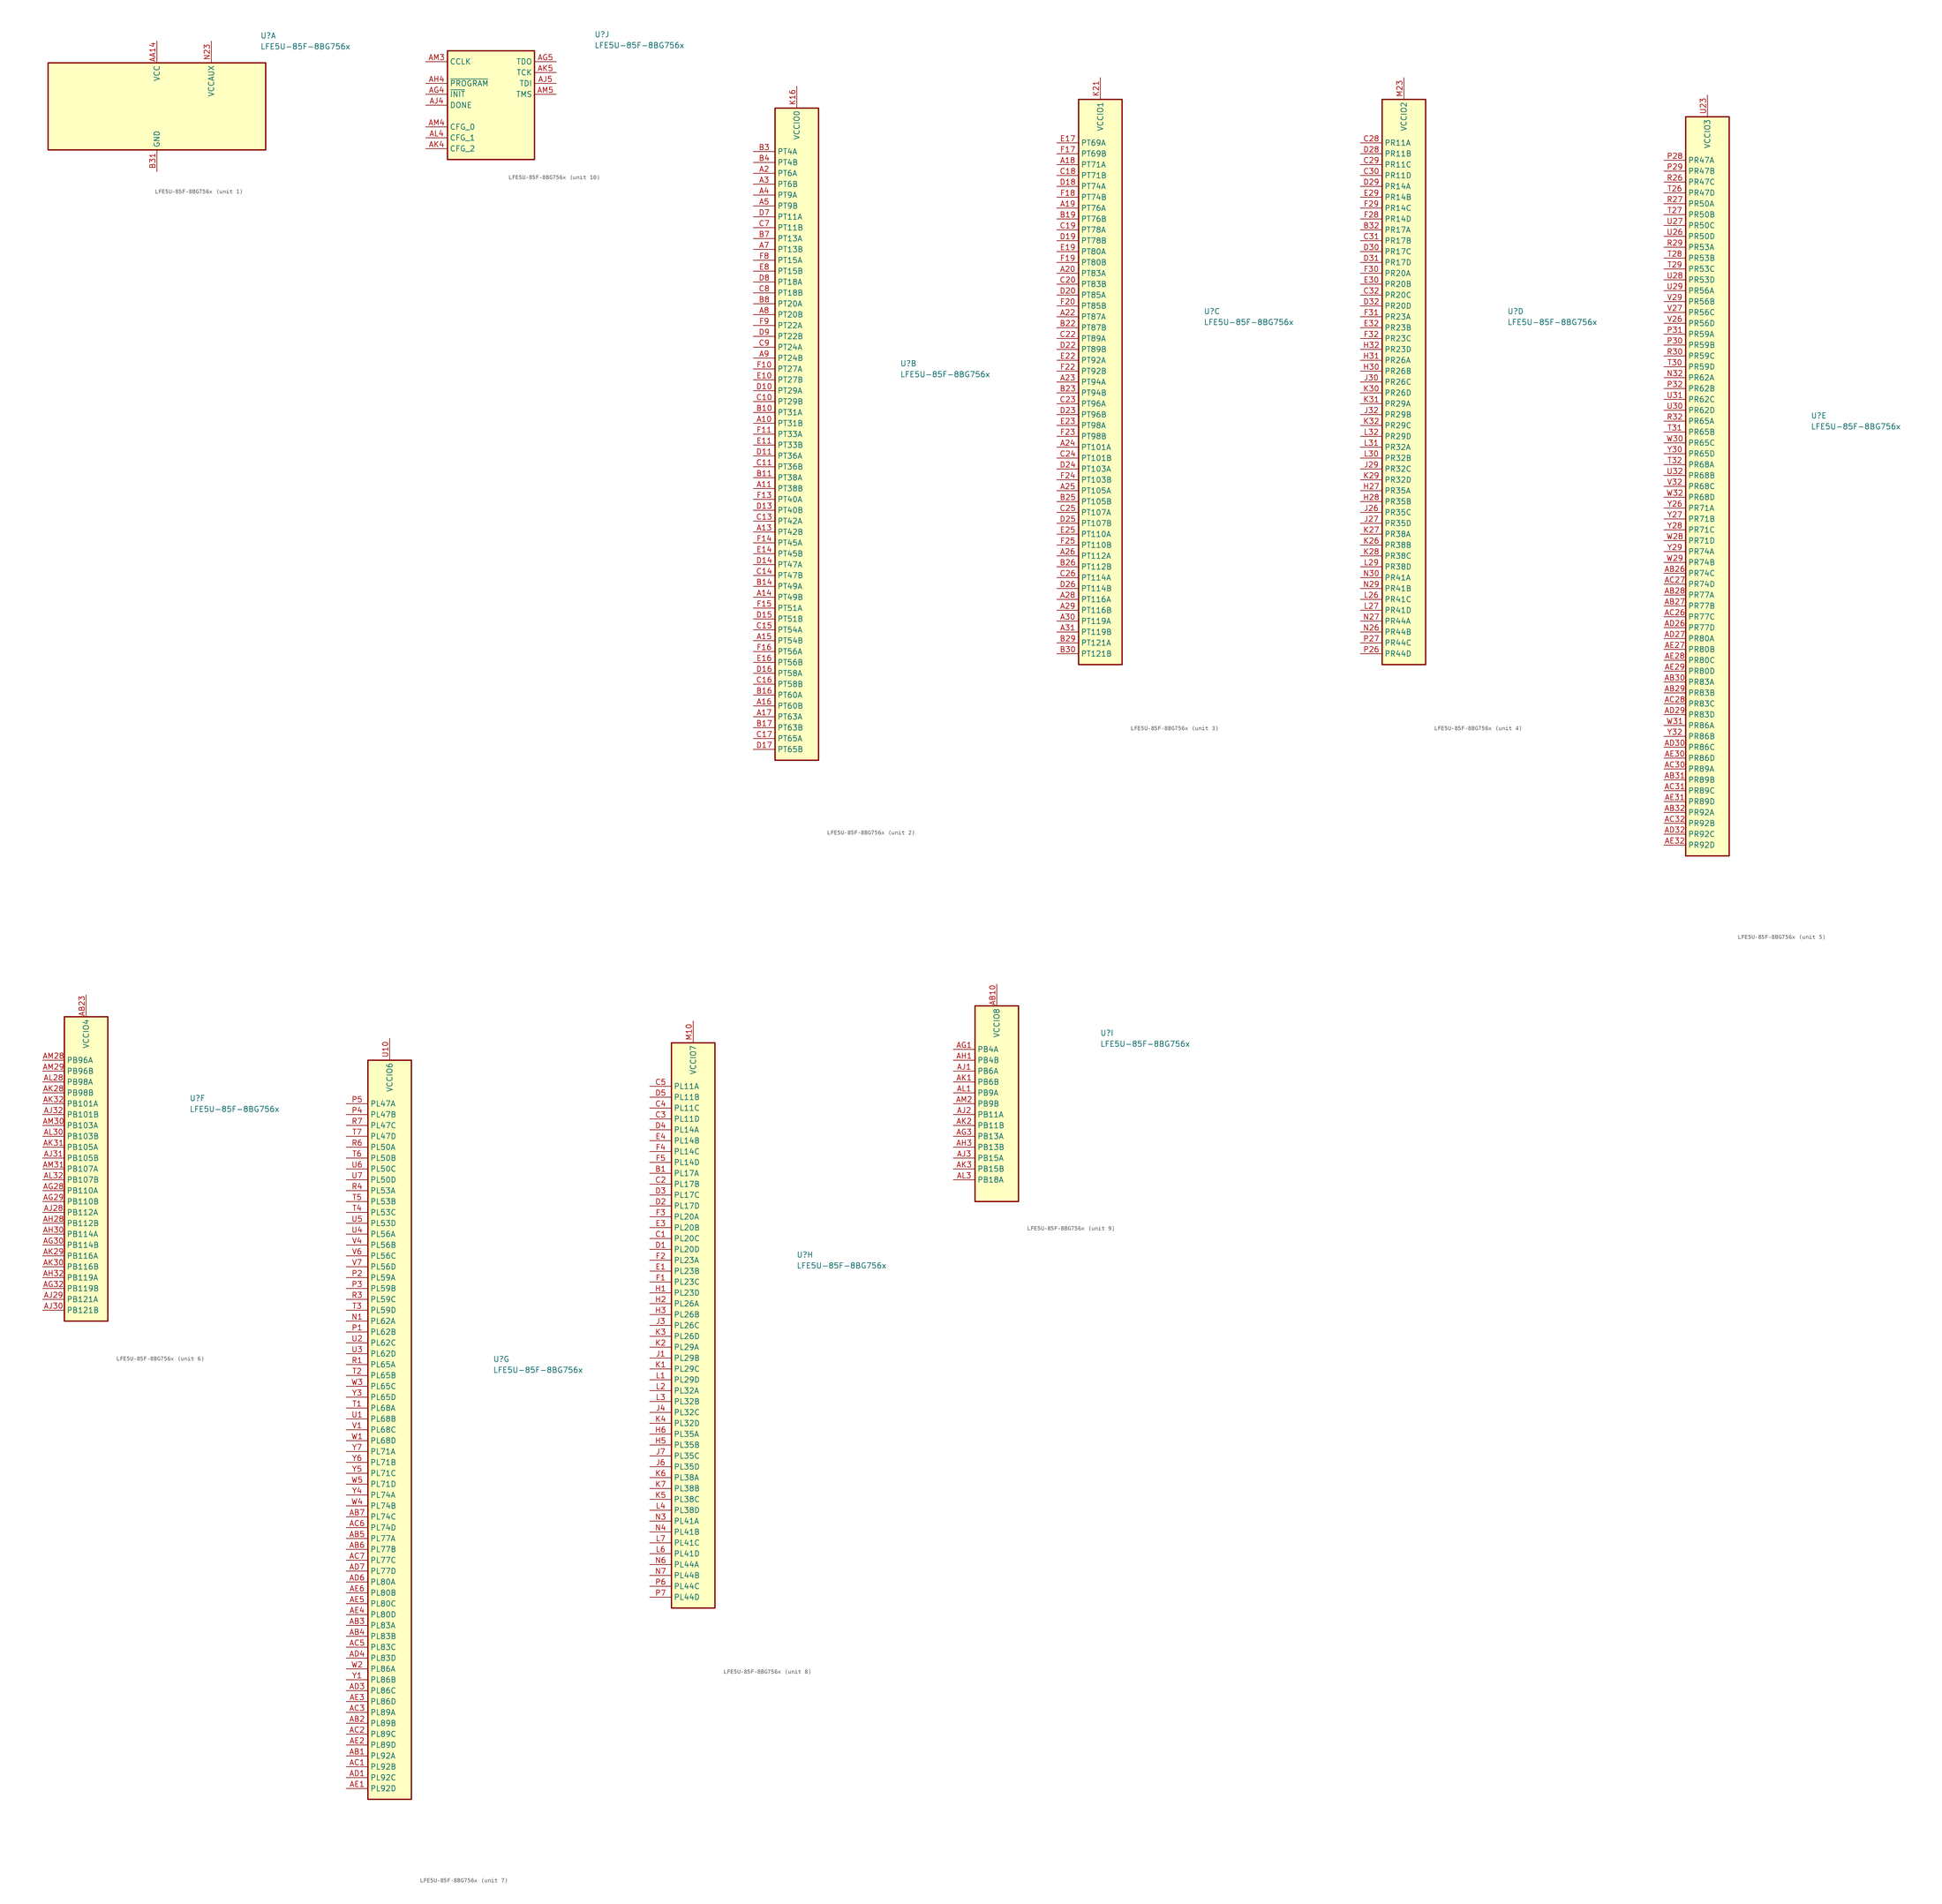
<source format=kicad_sym>
(kicad_symbol_lib
  (version 20220914)
  (generator kicad_symbol_editor)
  (symbol "LFE5U-85F-8BG756x"
    (property "Reference" "U"
      (at 24.13 16.51 0)
      (effects (font (size 1.27 1.27)) (justify left)))
    (property "Value" "LFE5U-85F-8BG756x"
      (at 24.13 13.97 0)
      (effects (font (size 1.27 1.27)) (justify left)))
    (property "ki_locked" ""
      (at 0 0 0)
      (effects (font (size 1.27 1.27))))
    (symbol "LFE5U-85F-8BG756x_1_1"
      (rectangle (start -25.4 10.16) (end 25.4 -10.16) (stroke (width 0.305) (type default)) (fill (type background)))
      (pin passive line (at 0 -15.24 90) (length 5.08) hide (name "GND" (effects (font (size 1.27 1.27)))) (number "AA11" (effects (font (size 1.27 1.27)))))
      (pin passive line (at 0 15.24 270) (length 5.08) hide (name "VCC" (effects (font (size 1.27 1.27)))) (number "AA12" (effects (font (size 1.27 1.27)))))
      (pin passive line (at 0 15.24 270) (length 5.08) hide (name "VCC" (effects (font (size 1.27 1.27)))) (number "AA13" (effects (font (size 1.27 1.27)))))
      (pin power_in line (at 0 15.24 270) (length 5.08) (name "VCC" (effects (font (size 1.27 1.27)))) (number "AA14" (effects (font (size 1.27 1.27)))))
      (pin passive line (at 0 15.24 270) (length 5.08) hide (name "VCC" (effects (font (size 1.27 1.27)))) (number "AA15" (effects (font (size 1.27 1.27)))))
      (pin passive line (at 0 15.24 270) (length 5.08) hide (name "VCC" (effects (font (size 1.27 1.27)))) (number "AA16" (effects (font (size 1.27 1.27)))))
      (pin passive line (at 0 15.24 270) (length 5.08) hide (name "VCC" (effects (font (size 1.27 1.27)))) (number "AA17" (effects (font (size 1.27 1.27)))))
      (pin passive line (at 0 15.24 270) (length 5.08) hide (name "VCC" (effects (font (size 1.27 1.27)))) (number "AA18" (effects (font (size 1.27 1.27)))))
      (pin passive line (at 0 15.24 270) (length 5.08) hide (name "VCC" (effects (font (size 1.27 1.27)))) (number "AA19" (effects (font (size 1.27 1.27)))))
      (pin passive line (at 0 15.24 270) (length 5.08) hide (name "VCC" (effects (font (size 1.27 1.27)))) (number "AA20" (effects (font (size 1.27 1.27)))))
      (pin passive line (at 0 15.24 270) (length 5.08) hide (name "VCC" (effects (font (size 1.27 1.27)))) (number "AA21" (effects (font (size 1.27 1.27)))))
      (pin passive line (at 0 -15.24 90) (length 5.08) hide (name "GND" (effects (font (size 1.27 1.27)))) (number "AA22" (effects (font (size 1.27 1.27)))))
      (pin passive line (at 0 -15.24 90) (length 5.08) hide (name "GND" (effects (font (size 1.27 1.27)))) (number "AB11" (effects (font (size 1.27 1.27)))))
      (pin passive line (at 0 -15.24 90) (length 5.08) hide (name "GND" (effects (font (size 1.27 1.27)))) (number "AB12" (effects (font (size 1.27 1.27)))))
      (pin passive line (at 0 -15.24 90) (length 5.08) hide (name "GND" (effects (font (size 1.27 1.27)))) (number "AB13" (effects (font (size 1.27 1.27)))))
      (pin passive line (at 0 -15.24 90) (length 5.08) hide (name "GND" (effects (font (size 1.27 1.27)))) (number "AB14" (effects (font (size 1.27 1.27)))))
      (pin passive line (at 0 -15.24 90) (length 5.08) hide (name "GND" (effects (font (size 1.27 1.27)))) (number "AB15" (effects (font (size 1.27 1.27)))))
      (pin passive line (at 0 -15.24 90) (length 5.08) hide (name "GND" (effects (font (size 1.27 1.27)))) (number "AB16" (effects (font (size 1.27 1.27)))))
      (pin passive line (at 0 -15.24 90) (length 5.08) hide (name "GND" (effects (font (size 1.27 1.27)))) (number "AB17" (effects (font (size 1.27 1.27)))))
      (pin passive line (at 0 -15.24 90) (length 5.08) hide (name "GND" (effects (font (size 1.27 1.27)))) (number "AB18" (effects (font (size 1.27 1.27)))))
      (pin passive line (at 0 -15.24 90) (length 5.08) hide (name "GND" (effects (font (size 1.27 1.27)))) (number "AB19" (effects (font (size 1.27 1.27)))))
      (pin passive line (at 0 -15.24 90) (length 5.08) hide (name "GND" (effects (font (size 1.27 1.27)))) (number "AB20" (effects (font (size 1.27 1.27)))))
      (pin passive line (at 0 -15.24 90) (length 5.08) hide (name "GND" (effects (font (size 1.27 1.27)))) (number "AB21" (effects (font (size 1.27 1.27)))))
      (pin passive line (at 0 -15.24 90) (length 5.08) hide (name "GND" (effects (font (size 1.27 1.27)))) (number "AB22" (effects (font (size 1.27 1.27)))))
      (pin passive line (at 12.7 15.24 270) (length 5.08) hide (name "VCCAUX" (effects (font (size 1.27 1.27)))) (number "AC11" (effects (font (size 1.27 1.27)))))
      (pin passive line (at 0 -15.24 90) (length 5.08) hide (name "GND" (effects (font (size 1.27 1.27)))) (number "AC12" (effects (font (size 1.27 1.27)))))
      (pin passive line (at 0 -15.24 90) (length 5.08) hide (name "GND" (effects (font (size 1.27 1.27)))) (number "AC13" (effects (font (size 1.27 1.27)))))
      (pin passive line (at 0 -15.24 90) (length 5.08) hide (name "GND" (effects (font (size 1.27 1.27)))) (number "AC14" (effects (font (size 1.27 1.27)))))
      (pin passive line (at 0 -15.24 90) (length 5.08) hide (name "GND" (effects (font (size 1.27 1.27)))) (number "AC15" (effects (font (size 1.27 1.27)))))
      (pin passive line (at 0 -15.24 90) (length 5.08) hide (name "GND" (effects (font (size 1.27 1.27)))) (number "AC16" (effects (font (size 1.27 1.27)))))
      (pin passive line (at 0 -15.24 90) (length 5.08) hide (name "GND" (effects (font (size 1.27 1.27)))) (number "AC17" (effects (font (size 1.27 1.27)))))
      (pin passive line (at 0 -15.24 90) (length 5.08) hide (name "GND" (effects (font (size 1.27 1.27)))) (number "AC18" (effects (font (size 1.27 1.27)))))
      (pin passive line (at 0 -15.24 90) (length 5.08) hide (name "GND" (effects (font (size 1.27 1.27)))) (number "AC19" (effects (font (size 1.27 1.27)))))
      (pin passive line (at 0 -15.24 90) (length 5.08) hide (name "GND" (effects (font (size 1.27 1.27)))) (number "AC20" (effects (font (size 1.27 1.27)))))
      (pin passive line (at 0 -15.24 90) (length 5.08) hide (name "GND" (effects (font (size 1.27 1.27)))) (number "AC21" (effects (font (size 1.27 1.27)))))
      (pin passive line (at 12.7 15.24 270) (length 5.08) hide (name "VCCAUX" (effects (font (size 1.27 1.27)))) (number "AC22" (effects (font (size 1.27 1.27)))))
      (pin no_connect line (at 5.08 -10.16 90) (length 5.08) hide (name "NC" (effects (font (size 1.27 1.27)))) (number "AC29" (effects (font (size 1.27 1.27)))))
      (pin passive line (at 0 -15.24 90) (length 5.08) hide (name "GND" (effects (font (size 1.27 1.27)))) (number "AD2" (effects (font (size 1.27 1.27)))))
      (pin passive line (at 0 -15.24 90) (length 5.08) hide (name "GND" (effects (font (size 1.27 1.27)))) (number "AD28" (effects (font (size 1.27 1.27)))))
      (pin passive line (at 0 -15.24 90) (length 5.08) hide (name "GND" (effects (font (size 1.27 1.27)))) (number "AD31" (effects (font (size 1.27 1.27)))))
      (pin passive line (at 0 -15.24 90) (length 5.08) hide (name "GND" (effects (font (size 1.27 1.27)))) (number "AD5" (effects (font (size 1.27 1.27)))))
      (pin no_connect line (at 22.86 -10.16 90) (length 5.08) hide (name "NC" (effects (font (size 1.27 1.27)))) (number "AE26" (effects (font (size 1.27 1.27)))))
      (pin no_connect line (at 22.86 10.16 270) (length 5.08) hide (name "NC" (effects (font (size 1.27 1.27)))) (number "AE7" (effects (font (size 1.27 1.27)))))
      (pin passive line (at 0 -15.24 90) (length 5.08) hide (name "GND" (effects (font (size 1.27 1.27)))) (number "AF11" (effects (font (size 1.27 1.27)))))
      (pin passive line (at 0 -15.24 90) (length 5.08) hide (name "GND" (effects (font (size 1.27 1.27)))) (number "AF12" (effects (font (size 1.27 1.27)))))
      (pin passive line (at 0 -15.24 90) (length 5.08) hide (name "GND" (effects (font (size 1.27 1.27)))) (number "AF14" (effects (font (size 1.27 1.27)))))
      (pin passive line (at 0 -15.24 90) (length 5.08) hide (name "GND" (effects (font (size 1.27 1.27)))) (number "AF15" (effects (font (size 1.27 1.27)))))
      (pin passive line (at 0 -15.24 90) (length 5.08) hide (name "GND" (effects (font (size 1.27 1.27)))) (number "AF16" (effects (font (size 1.27 1.27)))))
      (pin passive line (at 0 -15.24 90) (length 5.08) hide (name "GND" (effects (font (size 1.27 1.27)))) (number "AF17" (effects (font (size 1.27 1.27)))))
      (pin passive line (at 0 -15.24 90) (length 5.08) hide (name "GND" (effects (font (size 1.27 1.27)))) (number "AF19" (effects (font (size 1.27 1.27)))))
      (pin passive line (at 0 -15.24 90) (length 5.08) hide (name "GND" (effects (font (size 1.27 1.27)))) (number "AF20" (effects (font (size 1.27 1.27)))))
      (pin passive line (at 0 -15.24 90) (length 5.08) hide (name "GND" (effects (font (size 1.27 1.27)))) (number "AF22" (effects (font (size 1.27 1.27)))))
      (pin passive line (at 0 -15.24 90) (length 5.08) hide (name "GND" (effects (font (size 1.27 1.27)))) (number "AF23" (effects (font (size 1.27 1.27)))))
      (pin passive line (at 0 -15.24 90) (length 5.08) hide (name "GND" (effects (font (size 1.27 1.27)))) (number "AG11" (effects (font (size 1.27 1.27)))))
      (pin passive line (at 0 -15.24 90) (length 5.08) hide (name "GND" (effects (font (size 1.27 1.27)))) (number "AG12" (effects (font (size 1.27 1.27)))))
      (pin passive line (at 0 -15.24 90) (length 5.08) hide (name "GND" (effects (font (size 1.27 1.27)))) (number "AG14" (effects (font (size 1.27 1.27)))))
      (pin passive line (at 0 -15.24 90) (length 5.08) hide (name "GND" (effects (font (size 1.27 1.27)))) (number "AG15" (effects (font (size 1.27 1.27)))))
      (pin passive line (at 0 -15.24 90) (length 5.08) hide (name "GND" (effects (font (size 1.27 1.27)))) (number "AG16" (effects (font (size 1.27 1.27)))))
      (pin passive line (at 0 -15.24 90) (length 5.08) hide (name "GND" (effects (font (size 1.27 1.27)))) (number "AG17" (effects (font (size 1.27 1.27)))))
      (pin passive line (at 0 -15.24 90) (length 5.08) hide (name "GND" (effects (font (size 1.27 1.27)))) (number "AG19" (effects (font (size 1.27 1.27)))))
      (pin passive line (at 0 -15.24 90) (length 5.08) hide (name "GND" (effects (font (size 1.27 1.27)))) (number "AG20" (effects (font (size 1.27 1.27)))))
      (pin passive line (at 0 -15.24 90) (length 5.08) hide (name "GND" (effects (font (size 1.27 1.27)))) (number "AG22" (effects (font (size 1.27 1.27)))))
      (pin passive line (at 0 -15.24 90) (length 5.08) hide (name "GND" (effects (font (size 1.27 1.27)))) (number "AG23" (effects (font (size 1.27 1.27)))))
      (pin no_connect line (at -17.78 -10.16 90) (length 5.08) hide (name "NC" (effects (font (size 1.27 1.27)))) (number "AG24" (effects (font (size 1.27 1.27)))))
      (pin no_connect line (at 17.78 -10.16 90) (length 5.08) hide (name "NC" (effects (font (size 1.27 1.27)))) (number "AG31" (effects (font (size 1.27 1.27)))))
      (pin passive line (at 0 -15.24 90) (length 5.08) hide (name "GND" (effects (font (size 1.27 1.27)))) (number "AG9" (effects (font (size 1.27 1.27)))))
      (pin passive line (at 0 -15.24 90) (length 5.08) hide (name "GND" (effects (font (size 1.27 1.27)))) (number "AH11" (effects (font (size 1.27 1.27)))))
      (pin passive line (at 0 -15.24 90) (length 5.08) hide (name "GND" (effects (font (size 1.27 1.27)))) (number "AH12" (effects (font (size 1.27 1.27)))))
      (pin passive line (at 0 -15.24 90) (length 5.08) hide (name "GND" (effects (font (size 1.27 1.27)))) (number "AH14" (effects (font (size 1.27 1.27)))))
      (pin passive line (at 0 -15.24 90) (length 5.08) hide (name "GND" (effects (font (size 1.27 1.27)))) (number "AH15" (effects (font (size 1.27 1.27)))))
      (pin passive line (at 0 -15.24 90) (length 5.08) hide (name "GND" (effects (font (size 1.27 1.27)))) (number "AH16" (effects (font (size 1.27 1.27)))))
      (pin passive line (at 0 -15.24 90) (length 5.08) hide (name "GND" (effects (font (size 1.27 1.27)))) (number "AH17" (effects (font (size 1.27 1.27)))))
      (pin passive line (at 0 -15.24 90) (length 5.08) hide (name "GND" (effects (font (size 1.27 1.27)))) (number "AH19" (effects (font (size 1.27 1.27)))))
      (pin passive line (at 0 -15.24 90) (length 5.08) hide (name "GND" (effects (font (size 1.27 1.27)))) (number "AH2" (effects (font (size 1.27 1.27)))))
      (pin passive line (at 0 -15.24 90) (length 5.08) hide (name "GND" (effects (font (size 1.27 1.27)))) (number "AH20" (effects (font (size 1.27 1.27)))))
      (pin passive line (at 0 -15.24 90) (length 5.08) hide (name "GND" (effects (font (size 1.27 1.27)))) (number "AH22" (effects (font (size 1.27 1.27)))))
      (pin passive line (at 0 -15.24 90) (length 5.08) hide (name "GND" (effects (font (size 1.27 1.27)))) (number "AH23" (effects (font (size 1.27 1.27)))))
      (pin passive line (at 0 -15.24 90) (length 5.08) hide (name "GND" (effects (font (size 1.27 1.27)))) (number "AH24" (effects (font (size 1.27 1.27)))))
      (pin passive line (at 0 -15.24 90) (length 5.08) hide (name "GND" (effects (font (size 1.27 1.27)))) (number "AH25" (effects (font (size 1.27 1.27)))))
      (pin passive line (at 0 -15.24 90) (length 5.08) hide (name "GND" (effects (font (size 1.27 1.27)))) (number "AH26" (effects (font (size 1.27 1.27)))))
      (pin passive line (at 0 -15.24 90) (length 5.08) hide (name "GND" (effects (font (size 1.27 1.27)))) (number "AH29" (effects (font (size 1.27 1.27)))))
      (pin passive line (at 0 -15.24 90) (length 5.08) hide (name "GND" (effects (font (size 1.27 1.27)))) (number "AH31" (effects (font (size 1.27 1.27)))))
      (pin passive line (at 0 -15.24 90) (length 5.08) hide (name "GND" (effects (font (size 1.27 1.27)))) (number "AH5" (effects (font (size 1.27 1.27)))))
      (pin passive line (at 0 -15.24 90) (length 5.08) hide (name "GND" (effects (font (size 1.27 1.27)))) (number "AH7" (effects (font (size 1.27 1.27)))))
      (pin passive line (at 0 -15.24 90) (length 5.08) hide (name "GND" (effects (font (size 1.27 1.27)))) (number "AH8" (effects (font (size 1.27 1.27)))))
      (pin passive line (at 0 -15.24 90) (length 5.08) hide (name "GND" (effects (font (size 1.27 1.27)))) (number "AH9" (effects (font (size 1.27 1.27)))))
      (pin passive line (at 0 -15.24 90) (length 5.08) hide (name "GND" (effects (font (size 1.27 1.27)))) (number "AJ10" (effects (font (size 1.27 1.27)))))
      (pin passive line (at 0 -15.24 90) (length 5.08) hide (name "GND" (effects (font (size 1.27 1.27)))) (number "AJ11" (effects (font (size 1.27 1.27)))))
      (pin passive line (at 0 -15.24 90) (length 5.08) hide (name "GND" (effects (font (size 1.27 1.27)))) (number "AJ12" (effects (font (size 1.27 1.27)))))
      (pin passive line (at 0 -15.24 90) (length 5.08) hide (name "GND" (effects (font (size 1.27 1.27)))) (number "AJ13" (effects (font (size 1.27 1.27)))))
      (pin passive line (at 0 -15.24 90) (length 5.08) hide (name "GND" (effects (font (size 1.27 1.27)))) (number "AJ14" (effects (font (size 1.27 1.27)))))
      (pin passive line (at 0 -15.24 90) (length 5.08) hide (name "GND" (effects (font (size 1.27 1.27)))) (number "AJ15" (effects (font (size 1.27 1.27)))))
      (pin passive line (at 0 -15.24 90) (length 5.08) hide (name "GND" (effects (font (size 1.27 1.27)))) (number "AJ16" (effects (font (size 1.27 1.27)))))
      (pin passive line (at 0 -15.24 90) (length 5.08) hide (name "GND" (effects (font (size 1.27 1.27)))) (number "AJ17" (effects (font (size 1.27 1.27)))))
      (pin passive line (at 0 -15.24 90) (length 5.08) hide (name "GND" (effects (font (size 1.27 1.27)))) (number "AJ18" (effects (font (size 1.27 1.27)))))
      (pin passive line (at 0 -15.24 90) (length 5.08) hide (name "GND" (effects (font (size 1.27 1.27)))) (number "AJ19" (effects (font (size 1.27 1.27)))))
      (pin passive line (at 0 -15.24 90) (length 5.08) hide (name "GND" (effects (font (size 1.27 1.27)))) (number "AJ20" (effects (font (size 1.27 1.27)))))
      (pin passive line (at 0 -15.24 90) (length 5.08) hide (name "GND" (effects (font (size 1.27 1.27)))) (number "AJ21" (effects (font (size 1.27 1.27)))))
      (pin passive line (at 0 -15.24 90) (length 5.08) hide (name "GND" (effects (font (size 1.27 1.27)))) (number "AJ22" (effects (font (size 1.27 1.27)))))
      (pin passive line (at 0 -15.24 90) (length 5.08) hide (name "GND" (effects (font (size 1.27 1.27)))) (number "AJ23" (effects (font (size 1.27 1.27)))))
      (pin passive line (at 0 -15.24 90) (length 5.08) hide (name "GND" (effects (font (size 1.27 1.27)))) (number "AJ24" (effects (font (size 1.27 1.27)))))
      (pin passive line (at 0 -15.24 90) (length 5.08) hide (name "GND" (effects (font (size 1.27 1.27)))) (number "AJ25" (effects (font (size 1.27 1.27)))))
      (pin passive line (at 0 -15.24 90) (length 5.08) hide (name "GND" (effects (font (size 1.27 1.27)))) (number "AJ26" (effects (font (size 1.27 1.27)))))
      (pin passive line (at 0 -15.24 90) (length 5.08) hide (name "GND" (effects (font (size 1.27 1.27)))) (number "AJ7" (effects (font (size 1.27 1.27)))))
      (pin passive line (at 0 -15.24 90) (length 5.08) hide (name "GND" (effects (font (size 1.27 1.27)))) (number "AJ8" (effects (font (size 1.27 1.27)))))
      (pin passive line (at 0 -15.24 90) (length 5.08) hide (name "GND" (effects (font (size 1.27 1.27)))) (number "AJ9" (effects (font (size 1.27 1.27)))))
      (pin no_connect line (at -25.4 0 0) (length 5.08) hide (name "RESERVED" (effects (font (size 1.27 1.27)))) (number "AK10" (effects (font (size 1.27 1.27)))))
      (pin passive line (at 0 -15.24 90) (length 5.08) hide (name "GND" (effects (font (size 1.27 1.27)))) (number "AK11" (effects (font (size 1.27 1.27)))))
      (pin no_connect line (at -25.4 -2.54 0) (length 5.08) hide (name "RESERVED" (effects (font (size 1.27 1.27)))) (number "AK12" (effects (font (size 1.27 1.27)))))
      (pin no_connect line (at -25.4 -5.08 0) (length 5.08) hide (name "RESERVED" (effects (font (size 1.27 1.27)))) (number "AK13" (effects (font (size 1.27 1.27)))))
      (pin passive line (at 0 -15.24 90) (length 5.08) hide (name "GND" (effects (font (size 1.27 1.27)))) (number "AK14" (effects (font (size 1.27 1.27)))))
      (pin passive line (at 0 -15.24 90) (length 5.08) hide (name "GND" (effects (font (size 1.27 1.27)))) (number "AK17" (effects (font (size 1.27 1.27)))))
      (pin no_connect line (at 25.4 2.54 180) (length 5.08) hide (name "RESERVED" (effects (font (size 1.27 1.27)))) (number "AK18" (effects (font (size 1.27 1.27)))))
      (pin no_connect line (at 25.4 0 180) (length 5.08) hide (name "RESERVED" (effects (font (size 1.27 1.27)))) (number "AK19" (effects (font (size 1.27 1.27)))))
      (pin passive line (at 0 -15.24 90) (length 5.08) hide (name "GND" (effects (font (size 1.27 1.27)))) (number "AK20" (effects (font (size 1.27 1.27)))))
      (pin no_connect line (at 25.4 -2.54 180) (length 5.08) hide (name "RESERVED" (effects (font (size 1.27 1.27)))) (number "AK21" (effects (font (size 1.27 1.27)))))
      (pin no_connect line (at 25.4 -5.08 180) (length 5.08) hide (name "RESERVED" (effects (font (size 1.27 1.27)))) (number "AK22" (effects (font (size 1.27 1.27)))))
      (pin passive line (at 0 -15.24 90) (length 5.08) hide (name "GND" (effects (font (size 1.27 1.27)))) (number "AK23" (effects (font (size 1.27 1.27)))))
      (pin passive line (at 0 -15.24 90) (length 5.08) hide (name "GND" (effects (font (size 1.27 1.27)))) (number "AK26" (effects (font (size 1.27 1.27)))))
      (pin passive line (at 0 -15.24 90) (length 5.08) hide (name "GND" (effects (font (size 1.27 1.27)))) (number "AK7" (effects (font (size 1.27 1.27)))))
      (pin passive line (at 0 -15.24 90) (length 5.08) hide (name "GND" (effects (font (size 1.27 1.27)))) (number "AK8" (effects (font (size 1.27 1.27)))))
      (pin no_connect line (at -25.4 2.54 0) (length 5.08) hide (name "RESERVED" (effects (font (size 1.27 1.27)))) (number "AK9" (effects (font (size 1.27 1.27)))))
      (pin passive line (at 0 -15.24 90) (length 5.08) hide (name "GND" (effects (font (size 1.27 1.27)))) (number "AL11" (effects (font (size 1.27 1.27)))))
      (pin passive line (at 0 -15.24 90) (length 5.08) hide (name "GND" (effects (font (size 1.27 1.27)))) (number "AL12" (effects (font (size 1.27 1.27)))))
      (pin passive line (at 0 -15.24 90) (length 5.08) hide (name "GND" (effects (font (size 1.27 1.27)))) (number "AL14" (effects (font (size 1.27 1.27)))))
      (pin passive line (at 0 -15.24 90) (length 5.08) hide (name "GND" (effects (font (size 1.27 1.27)))) (number "AL15" (effects (font (size 1.27 1.27)))))
      (pin passive line (at 0 -15.24 90) (length 5.08) hide (name "GND" (effects (font (size 1.27 1.27)))) (number "AL17" (effects (font (size 1.27 1.27)))))
      (pin passive line (at 0 -15.24 90) (length 5.08) hide (name "GND" (effects (font (size 1.27 1.27)))) (number "AL18" (effects (font (size 1.27 1.27)))))
      (pin passive line (at 0 -15.24 90) (length 5.08) hide (name "GND" (effects (font (size 1.27 1.27)))) (number "AL2" (effects (font (size 1.27 1.27)))))
      (pin passive line (at 0 -15.24 90) (length 5.08) hide (name "GND" (effects (font (size 1.27 1.27)))) (number "AL20" (effects (font (size 1.27 1.27)))))
      (pin passive line (at 0 -15.24 90) (length 5.08) hide (name "GND" (effects (font (size 1.27 1.27)))) (number "AL21" (effects (font (size 1.27 1.27)))))
      (pin passive line (at 0 -15.24 90) (length 5.08) hide (name "GND" (effects (font (size 1.27 1.27)))) (number "AL23" (effects (font (size 1.27 1.27)))))
      (pin passive line (at 0 -15.24 90) (length 5.08) hide (name "GND" (effects (font (size 1.27 1.27)))) (number "AL24" (effects (font (size 1.27 1.27)))))
      (pin passive line (at 0 -15.24 90) (length 5.08) hide (name "GND" (effects (font (size 1.27 1.27)))) (number "AL26" (effects (font (size 1.27 1.27)))))
      (pin passive line (at 0 -15.24 90) (length 5.08) hide (name "GND" (effects (font (size 1.27 1.27)))) (number "AL29" (effects (font (size 1.27 1.27)))))
      (pin passive line (at 0 -15.24 90) (length 5.08) hide (name "GND" (effects (font (size 1.27 1.27)))) (number "AL31" (effects (font (size 1.27 1.27)))))
      (pin passive line (at 0 -15.24 90) (length 5.08) hide (name "GND" (effects (font (size 1.27 1.27)))) (number "AL5" (effects (font (size 1.27 1.27)))))
      (pin passive line (at 0 -15.24 90) (length 5.08) hide (name "GND" (effects (font (size 1.27 1.27)))) (number "AL7" (effects (font (size 1.27 1.27)))))
      (pin passive line (at 0 -15.24 90) (length 5.08) hide (name "GND" (effects (font (size 1.27 1.27)))) (number "AL8" (effects (font (size 1.27 1.27)))))
      (pin passive line (at 0 -15.24 90) (length 5.08) hide (name "GND" (effects (font (size 1.27 1.27)))) (number "AL9" (effects (font (size 1.27 1.27)))))
      (pin passive line (at 0 -15.24 90) (length 5.08) hide (name "GND" (effects (font (size 1.27 1.27)))) (number "AM11" (effects (font (size 1.27 1.27)))))
      (pin passive line (at 0 -15.24 90) (length 5.08) hide (name "GND" (effects (font (size 1.27 1.27)))) (number "AM12" (effects (font (size 1.27 1.27)))))
      (pin passive line (at 0 -15.24 90) (length 5.08) hide (name "GND" (effects (font (size 1.27 1.27)))) (number "AM14" (effects (font (size 1.27 1.27)))))
      (pin passive line (at 0 -15.24 90) (length 5.08) hide (name "GND" (effects (font (size 1.27 1.27)))) (number "AM15" (effects (font (size 1.27 1.27)))))
      (pin passive line (at 0 -15.24 90) (length 5.08) hide (name "GND" (effects (font (size 1.27 1.27)))) (number "AM17" (effects (font (size 1.27 1.27)))))
      (pin passive line (at 0 -15.24 90) (length 5.08) hide (name "GND" (effects (font (size 1.27 1.27)))) (number "AM18" (effects (font (size 1.27 1.27)))))
      (pin passive line (at 0 -15.24 90) (length 5.08) hide (name "GND" (effects (font (size 1.27 1.27)))) (number "AM20" (effects (font (size 1.27 1.27)))))
      (pin passive line (at 0 -15.24 90) (length 5.08) hide (name "GND" (effects (font (size 1.27 1.27)))) (number "AM21" (effects (font (size 1.27 1.27)))))
      (pin passive line (at 0 -15.24 90) (length 5.08) hide (name "GND" (effects (font (size 1.27 1.27)))) (number "AM23" (effects (font (size 1.27 1.27)))))
      (pin passive line (at 0 -15.24 90) (length 5.08) hide (name "GND" (effects (font (size 1.27 1.27)))) (number "AM24" (effects (font (size 1.27 1.27)))))
      (pin passive line (at 0 -15.24 90) (length 5.08) hide (name "GND" (effects (font (size 1.27 1.27)))) (number "AM26" (effects (font (size 1.27 1.27)))))
      (pin passive line (at 0 -15.24 90) (length 5.08) hide (name "GND" (effects (font (size 1.27 1.27)))) (number "AM7" (effects (font (size 1.27 1.27)))))
      (pin passive line (at 0 -15.24 90) (length 5.08) hide (name "GND" (effects (font (size 1.27 1.27)))) (number "AM8" (effects (font (size 1.27 1.27)))))
      (pin passive line (at 0 -15.24 90) (length 5.08) hide (name "GND" (effects (font (size 1.27 1.27)))) (number "AM9" (effects (font (size 1.27 1.27)))))
      (pin passive line (at 0 -15.24 90) (length 5.08) hide (name "GND" (effects (font (size 1.27 1.27)))) (number "B13" (effects (font (size 1.27 1.27)))))
      (pin passive line (at 0 -15.24 90) (length 5.08) hide (name "GND" (effects (font (size 1.27 1.27)))) (number "B15" (effects (font (size 1.27 1.27)))))
      (pin passive line (at 0 -15.24 90) (length 5.08) hide (name "GND" (effects (font (size 1.27 1.27)))) (number "B18" (effects (font (size 1.27 1.27)))))
      (pin passive line (at 0 -15.24 90) (length 5.08) hide (name "GND" (effects (font (size 1.27 1.27)))) (number "B2" (effects (font (size 1.27 1.27)))))
      (pin passive line (at 0 -15.24 90) (length 5.08) hide (name "GND" (effects (font (size 1.27 1.27)))) (number "B20" (effects (font (size 1.27 1.27)))))
      (pin passive line (at 0 -15.24 90) (length 5.08) hide (name "GND" (effects (font (size 1.27 1.27)))) (number "B24" (effects (font (size 1.27 1.27)))))
      (pin passive line (at 0 -15.24 90) (length 5.08) hide (name "GND" (effects (font (size 1.27 1.27)))) (number "B28" (effects (font (size 1.27 1.27)))))
      (pin power_in line (at 0 -15.24 90) (length 5.08) (name "GND" (effects (font (size 1.27 1.27)))) (number "B31" (effects (font (size 1.27 1.27)))))
      (pin passive line (at 0 -15.24 90) (length 5.08) hide (name "GND" (effects (font (size 1.27 1.27)))) (number "B5" (effects (font (size 1.27 1.27)))))
      (pin passive line (at 0 -15.24 90) (length 5.08) hide (name "GND" (effects (font (size 1.27 1.27)))) (number "B9" (effects (font (size 1.27 1.27)))))
      (pin passive line (at 0 -15.24 90) (length 5.08) hide (name "GND" (effects (font (size 1.27 1.27)))) (number "E13" (effects (font (size 1.27 1.27)))))
      (pin passive line (at 0 -15.24 90) (length 5.08) hide (name "GND" (effects (font (size 1.27 1.27)))) (number "E15" (effects (font (size 1.27 1.27)))))
      (pin passive line (at 0 -15.24 90) (length 5.08) hide (name "GND" (effects (font (size 1.27 1.27)))) (number "E18" (effects (font (size 1.27 1.27)))))
      (pin passive line (at 0 -15.24 90) (length 5.08) hide (name "GND" (effects (font (size 1.27 1.27)))) (number "E2" (effects (font (size 1.27 1.27)))))
      (pin passive line (at 0 -15.24 90) (length 5.08) hide (name "GND" (effects (font (size 1.27 1.27)))) (number "E20" (effects (font (size 1.27 1.27)))))
      (pin passive line (at 0 -15.24 90) (length 5.08) hide (name "GND" (effects (font (size 1.27 1.27)))) (number "E24" (effects (font (size 1.27 1.27)))))
      (pin no_connect line (at 15.24 10.16 270) (length 5.08) hide (name "NC" (effects (font (size 1.27 1.27)))) (number "E26" (effects (font (size 1.27 1.27)))))
      (pin passive line (at 0 -15.24 90) (length 5.08) hide (name "GND" (effects (font (size 1.27 1.27)))) (number "E28" (effects (font (size 1.27 1.27)))))
      (pin passive line (at 0 -15.24 90) (length 5.08) hide (name "GND" (effects (font (size 1.27 1.27)))) (number "E31" (effects (font (size 1.27 1.27)))))
      (pin passive line (at 0 -15.24 90) (length 5.08) hide (name "GND" (effects (font (size 1.27 1.27)))) (number "E5" (effects (font (size 1.27 1.27)))))
      (pin no_connect line (at 2.54 10.16 270) (length 5.08) hide (name "NC" (effects (font (size 1.27 1.27)))) (number "E7" (effects (font (size 1.27 1.27)))))
      (pin passive line (at 0 -15.24 90) (length 5.08) hide (name "GND" (effects (font (size 1.27 1.27)))) (number "E9" (effects (font (size 1.27 1.27)))))
      (pin no_connect line (at 20.32 -10.16 90) (length 5.08) hide (name "NC" (effects (font (size 1.27 1.27)))) (number "G10" (effects (font (size 1.27 1.27)))))
      (pin no_connect line (at 2.54 -10.16 90) (length 5.08) hide (name "NC" (effects (font (size 1.27 1.27)))) (number "G11" (effects (font (size 1.27 1.27)))))
      (pin no_connect line (at -20.32 -10.16 90) (length 5.08) hide (name "NC" (effects (font (size 1.27 1.27)))) (number "G14" (effects (font (size 1.27 1.27)))))
      (pin no_connect line (at -22.86 -10.16 90) (length 5.08) hide (name "NC" (effects (font (size 1.27 1.27)))) (number "G15" (effects (font (size 1.27 1.27)))))
      (pin no_connect line (at -2.54 -10.16 90) (length 5.08) hide (name "NC" (effects (font (size 1.27 1.27)))) (number "G16" (effects (font (size 1.27 1.27)))))
      (pin no_connect line (at -5.08 -10.16 90) (length 5.08) hide (name "NC" (effects (font (size 1.27 1.27)))) (number "G17" (effects (font (size 1.27 1.27)))))
      (pin no_connect line (at -7.62 -10.16 90) (length 5.08) hide (name "NC" (effects (font (size 1.27 1.27)))) (number "G18" (effects (font (size 1.27 1.27)))))
      (pin no_connect line (at -10.16 -10.16 90) (length 5.08) hide (name "NC" (effects (font (size 1.27 1.27)))) (number "G19" (effects (font (size 1.27 1.27)))))
      (pin no_connect line (at -12.7 -10.16 90) (length 5.08) hide (name "NC" (effects (font (size 1.27 1.27)))) (number "G22" (effects (font (size 1.27 1.27)))))
      (pin no_connect line (at -15.24 -10.16 90) (length 5.08) hide (name "NC" (effects (font (size 1.27 1.27)))) (number "G23" (effects (font (size 1.27 1.27)))))
      (pin no_connect line (at 10.16 10.16 270) (length 5.08) hide (name "NC" (effects (font (size 1.27 1.27)))) (number "G24" (effects (font (size 1.27 1.27)))))
      (pin no_connect line (at -2.54 10.16 270) (length 5.08) hide (name "NC" (effects (font (size 1.27 1.27)))) (number "G9" (effects (font (size 1.27 1.27)))))
      (pin no_connect line (at 12.7 -10.16 90) (length 5.08) hide (name "NC" (effects (font (size 1.27 1.27)))) (number "H29" (effects (font (size 1.27 1.27)))))
      (pin passive line (at 0 -15.24 90) (length 5.08) hide (name "GND" (effects (font (size 1.27 1.27)))) (number "J2" (effects (font (size 1.27 1.27)))))
      (pin passive line (at 0 -15.24 90) (length 5.08) hide (name "GND" (effects (font (size 1.27 1.27)))) (number "J28" (effects (font (size 1.27 1.27)))))
      (pin passive line (at 0 -15.24 90) (length 5.08) hide (name "GND" (effects (font (size 1.27 1.27)))) (number "J31" (effects (font (size 1.27 1.27)))))
      (pin passive line (at 0 -15.24 90) (length 5.08) hide (name "GND" (effects (font (size 1.27 1.27)))) (number "J5" (effects (font (size 1.27 1.27)))))
      (pin passive line (at 0 -15.24 90) (length 5.08) hide (name "GND" (effects (font (size 1.27 1.27)))) (number "K10" (effects (font (size 1.27 1.27)))))
      (pin passive line (at 0 -15.24 90) (length 5.08) hide (name "GND" (effects (font (size 1.27 1.27)))) (number "K11" (effects (font (size 1.27 1.27)))))
      (pin passive line (at 12.7 15.24 270) (length 5.08) hide (name "VCCAUX" (effects (font (size 1.27 1.27)))) (number "K13" (effects (font (size 1.27 1.27)))))
      (pin passive line (at 12.7 15.24 270) (length 5.08) hide (name "VCCAUX" (effects (font (size 1.27 1.27)))) (number "K20" (effects (font (size 1.27 1.27)))))
      (pin passive line (at 0 -15.24 90) (length 5.08) hide (name "GND" (effects (font (size 1.27 1.27)))) (number "K22" (effects (font (size 1.27 1.27)))))
      (pin passive line (at 0 -15.24 90) (length 5.08) hide (name "GND" (effects (font (size 1.27 1.27)))) (number "K23" (effects (font (size 1.27 1.27)))))
      (pin passive line (at 0 -15.24 90) (length 5.08) hide (name "GND" (effects (font (size 1.27 1.27)))) (number "L10" (effects (font (size 1.27 1.27)))))
      (pin passive line (at 0 -15.24 90) (length 5.08) hide (name "GND" (effects (font (size 1.27 1.27)))) (number "L11" (effects (font (size 1.27 1.27)))))
      (pin passive line (at 0 -15.24 90) (length 5.08) hide (name "GND" (effects (font (size 1.27 1.27)))) (number "L12" (effects (font (size 1.27 1.27)))))
      (pin passive line (at 0 -15.24 90) (length 5.08) hide (name "GND" (effects (font (size 1.27 1.27)))) (number "L13" (effects (font (size 1.27 1.27)))))
      (pin passive line (at 0 -15.24 90) (length 5.08) hide (name "GND" (effects (font (size 1.27 1.27)))) (number "L14" (effects (font (size 1.27 1.27)))))
      (pin passive line (at 0 -15.24 90) (length 5.08) hide (name "GND" (effects (font (size 1.27 1.27)))) (number "L15" (effects (font (size 1.27 1.27)))))
      (pin passive line (at 0 -15.24 90) (length 5.08) hide (name "GND" (effects (font (size 1.27 1.27)))) (number "L16" (effects (font (size 1.27 1.27)))))
      (pin passive line (at 0 -15.24 90) (length 5.08) hide (name "GND" (effects (font (size 1.27 1.27)))) (number "L17" (effects (font (size 1.27 1.27)))))
      (pin passive line (at 0 -15.24 90) (length 5.08) hide (name "GND" (effects (font (size 1.27 1.27)))) (number "L18" (effects (font (size 1.27 1.27)))))
      (pin passive line (at 0 -15.24 90) (length 5.08) hide (name "GND" (effects (font (size 1.27 1.27)))) (number "L19" (effects (font (size 1.27 1.27)))))
      (pin passive line (at 0 -15.24 90) (length 5.08) hide (name "GND" (effects (font (size 1.27 1.27)))) (number "L20" (effects (font (size 1.27 1.27)))))
      (pin passive line (at 0 -15.24 90) (length 5.08) hide (name "GND" (effects (font (size 1.27 1.27)))) (number "L21" (effects (font (size 1.27 1.27)))))
      (pin passive line (at 0 -15.24 90) (length 5.08) hide (name "GND" (effects (font (size 1.27 1.27)))) (number "L22" (effects (font (size 1.27 1.27)))))
      (pin passive line (at 0 -15.24 90) (length 5.08) hide (name "GND" (effects (font (size 1.27 1.27)))) (number "L23" (effects (font (size 1.27 1.27)))))
      (pin no_connect line (at 7.62 -10.16 90) (length 5.08) hide (name "NC" (effects (font (size 1.27 1.27)))) (number "L28" (effects (font (size 1.27 1.27)))))
      (pin passive line (at 0 -15.24 90) (length 5.08) hide (name "GND" (effects (font (size 1.27 1.27)))) (number "M11" (effects (font (size 1.27 1.27)))))
      (pin passive line (at 0 15.24 270) (length 5.08) hide (name "VCC" (effects (font (size 1.27 1.27)))) (number "M12" (effects (font (size 1.27 1.27)))))
      (pin passive line (at 0 15.24 270) (length 5.08) hide (name "VCC" (effects (font (size 1.27 1.27)))) (number "M13" (effects (font (size 1.27 1.27)))))
      (pin passive line (at 0 15.24 270) (length 5.08) hide (name "VCC" (effects (font (size 1.27 1.27)))) (number "M14" (effects (font (size 1.27 1.27)))))
      (pin passive line (at 0 15.24 270) (length 5.08) hide (name "VCC" (effects (font (size 1.27 1.27)))) (number "M15" (effects (font (size 1.27 1.27)))))
      (pin passive line (at 0 15.24 270) (length 5.08) hide (name "VCC" (effects (font (size 1.27 1.27)))) (number "M16" (effects (font (size 1.27 1.27)))))
      (pin passive line (at 0 15.24 270) (length 5.08) hide (name "VCC" (effects (font (size 1.27 1.27)))) (number "M17" (effects (font (size 1.27 1.27)))))
      (pin passive line (at 0 15.24 270) (length 5.08) hide (name "VCC" (effects (font (size 1.27 1.27)))) (number "M18" (effects (font (size 1.27 1.27)))))
      (pin passive line (at 0 15.24 270) (length 5.08) hide (name "VCC" (effects (font (size 1.27 1.27)))) (number "M19" (effects (font (size 1.27 1.27)))))
      (pin passive line (at 0 15.24 270) (length 5.08) hide (name "VCC" (effects (font (size 1.27 1.27)))) (number "M20" (effects (font (size 1.27 1.27)))))
      (pin passive line (at 0 15.24 270) (length 5.08) hide (name "VCC" (effects (font (size 1.27 1.27)))) (number "M21" (effects (font (size 1.27 1.27)))))
      (pin passive line (at 0 -15.24 90) (length 5.08) hide (name "GND" (effects (font (size 1.27 1.27)))) (number "M22" (effects (font (size 1.27 1.27)))))
      (pin passive line (at 12.7 15.24 270) (length 5.08) hide (name "VCCAUX" (effects (font (size 1.27 1.27)))) (number "N10" (effects (font (size 1.27 1.27)))))
      (pin passive line (at 0 -15.24 90) (length 5.08) hide (name "GND" (effects (font (size 1.27 1.27)))) (number "N11" (effects (font (size 1.27 1.27)))))
      (pin passive line (at 0 15.24 270) (length 5.08) hide (name "VCC" (effects (font (size 1.27 1.27)))) (number "N12" (effects (font (size 1.27 1.27)))))
      (pin passive line (at 0 -15.24 90) (length 5.08) hide (name "GND" (effects (font (size 1.27 1.27)))) (number "N13" (effects (font (size 1.27 1.27)))))
      (pin passive line (at 0 -15.24 90) (length 5.08) hide (name "GND" (effects (font (size 1.27 1.27)))) (number "N14" (effects (font (size 1.27 1.27)))))
      (pin passive line (at 0 -15.24 90) (length 5.08) hide (name "GND" (effects (font (size 1.27 1.27)))) (number "N15" (effects (font (size 1.27 1.27)))))
      (pin passive line (at 0 -15.24 90) (length 5.08) hide (name "GND" (effects (font (size 1.27 1.27)))) (number "N16" (effects (font (size 1.27 1.27)))))
      (pin passive line (at 0 -15.24 90) (length 5.08) hide (name "GND" (effects (font (size 1.27 1.27)))) (number "N17" (effects (font (size 1.27 1.27)))))
      (pin passive line (at 0 -15.24 90) (length 5.08) hide (name "GND" (effects (font (size 1.27 1.27)))) (number "N18" (effects (font (size 1.27 1.27)))))
      (pin passive line (at 0 -15.24 90) (length 5.08) hide (name "GND" (effects (font (size 1.27 1.27)))) (number "N19" (effects (font (size 1.27 1.27)))))
      (pin passive line (at 0 -15.24 90) (length 5.08) hide (name "GND" (effects (font (size 1.27 1.27)))) (number "N2" (effects (font (size 1.27 1.27)))))
      (pin passive line (at 0 -15.24 90) (length 5.08) hide (name "GND" (effects (font (size 1.27 1.27)))) (number "N20" (effects (font (size 1.27 1.27)))))
      (pin passive line (at 0 15.24 270) (length 5.08) hide (name "VCC" (effects (font (size 1.27 1.27)))) (number "N21" (effects (font (size 1.27 1.27)))))
      (pin passive line (at 0 -15.24 90) (length 5.08) hide (name "GND" (effects (font (size 1.27 1.27)))) (number "N22" (effects (font (size 1.27 1.27)))))
      (pin power_in line (at 12.7 15.24 270) (length 5.08) (name "VCCAUX" (effects (font (size 1.27 1.27)))) (number "N23" (effects (font (size 1.27 1.27)))))
      (pin passive line (at 0 -15.24 90) (length 5.08) hide (name "GND" (effects (font (size 1.27 1.27)))) (number "N28" (effects (font (size 1.27 1.27)))))
      (pin passive line (at 0 -15.24 90) (length 5.08) hide (name "GND" (effects (font (size 1.27 1.27)))) (number "N31" (effects (font (size 1.27 1.27)))))
      (pin passive line (at 0 -15.24 90) (length 5.08) hide (name "GND" (effects (font (size 1.27 1.27)))) (number "N5" (effects (font (size 1.27 1.27)))))
      (pin passive line (at 0 -15.24 90) (length 5.08) hide (name "GND" (effects (font (size 1.27 1.27)))) (number "P11" (effects (font (size 1.27 1.27)))))
      (pin passive line (at 0 15.24 270) (length 5.08) hide (name "VCC" (effects (font (size 1.27 1.27)))) (number "P12" (effects (font (size 1.27 1.27)))))
      (pin passive line (at 0 -15.24 90) (length 5.08) hide (name "GND" (effects (font (size 1.27 1.27)))) (number "P13" (effects (font (size 1.27 1.27)))))
      (pin passive line (at 0 -15.24 90) (length 5.08) hide (name "GND" (effects (font (size 1.27 1.27)))) (number "P14" (effects (font (size 1.27 1.27)))))
      (pin passive line (at 0 -15.24 90) (length 5.08) hide (name "GND" (effects (font (size 1.27 1.27)))) (number "P15" (effects (font (size 1.27 1.27)))))
      (pin passive line (at 0 -15.24 90) (length 5.08) hide (name "GND" (effects (font (size 1.27 1.27)))) (number "P16" (effects (font (size 1.27 1.27)))))
      (pin passive line (at 0 -15.24 90) (length 5.08) hide (name "GND" (effects (font (size 1.27 1.27)))) (number "P17" (effects (font (size 1.27 1.27)))))
      (pin passive line (at 0 -15.24 90) (length 5.08) hide (name "GND" (effects (font (size 1.27 1.27)))) (number "P18" (effects (font (size 1.27 1.27)))))
      (pin passive line (at 0 -15.24 90) (length 5.08) hide (name "GND" (effects (font (size 1.27 1.27)))) (number "P19" (effects (font (size 1.27 1.27)))))
      (pin passive line (at 0 -15.24 90) (length 5.08) hide (name "GND" (effects (font (size 1.27 1.27)))) (number "P20" (effects (font (size 1.27 1.27)))))
      (pin passive line (at 0 15.24 270) (length 5.08) hide (name "VCC" (effects (font (size 1.27 1.27)))) (number "P21" (effects (font (size 1.27 1.27)))))
      (pin passive line (at 0 -15.24 90) (length 5.08) hide (name "GND" (effects (font (size 1.27 1.27)))) (number "P22" (effects (font (size 1.27 1.27)))))
      (pin passive line (at 0 -15.24 90) (length 5.08) hide (name "GND" (effects (font (size 1.27 1.27)))) (number "R11" (effects (font (size 1.27 1.27)))))
      (pin passive line (at 0 15.24 270) (length 5.08) hide (name "VCC" (effects (font (size 1.27 1.27)))) (number "R12" (effects (font (size 1.27 1.27)))))
      (pin passive line (at 0 -15.24 90) (length 5.08) hide (name "GND" (effects (font (size 1.27 1.27)))) (number "R13" (effects (font (size 1.27 1.27)))))
      (pin passive line (at 0 -15.24 90) (length 5.08) hide (name "GND" (effects (font (size 1.27 1.27)))) (number "R14" (effects (font (size 1.27 1.27)))))
      (pin passive line (at 0 -15.24 90) (length 5.08) hide (name "GND" (effects (font (size 1.27 1.27)))) (number "R15" (effects (font (size 1.27 1.27)))))
      (pin passive line (at 0 -15.24 90) (length 5.08) hide (name "GND" (effects (font (size 1.27 1.27)))) (number "R16" (effects (font (size 1.27 1.27)))))
      (pin passive line (at 0 -15.24 90) (length 5.08) hide (name "GND" (effects (font (size 1.27 1.27)))) (number "R17" (effects (font (size 1.27 1.27)))))
      (pin passive line (at 0 -15.24 90) (length 5.08) hide (name "GND" (effects (font (size 1.27 1.27)))) (number "R18" (effects (font (size 1.27 1.27)))))
      (pin passive line (at 0 -15.24 90) (length 5.08) hide (name "GND" (effects (font (size 1.27 1.27)))) (number "R19" (effects (font (size 1.27 1.27)))))
      (pin passive line (at 0 -15.24 90) (length 5.08) hide (name "GND" (effects (font (size 1.27 1.27)))) (number "R2" (effects (font (size 1.27 1.27)))))
      (pin passive line (at 0 -15.24 90) (length 5.08) hide (name "GND" (effects (font (size 1.27 1.27)))) (number "R20" (effects (font (size 1.27 1.27)))))
      (pin passive line (at 0 15.24 270) (length 5.08) hide (name "VCC" (effects (font (size 1.27 1.27)))) (number "R21" (effects (font (size 1.27 1.27)))))
      (pin passive line (at 0 -15.24 90) (length 5.08) hide (name "GND" (effects (font (size 1.27 1.27)))) (number "R22" (effects (font (size 1.27 1.27)))))
      (pin passive line (at 0 -15.24 90) (length 5.08) hide (name "GND" (effects (font (size 1.27 1.27)))) (number "R28" (effects (font (size 1.27 1.27)))))
      (pin passive line (at 0 -15.24 90) (length 5.08) hide (name "GND" (effects (font (size 1.27 1.27)))) (number "R31" (effects (font (size 1.27 1.27)))))
      (pin passive line (at 0 -15.24 90) (length 5.08) hide (name "GND" (effects (font (size 1.27 1.27)))) (number "R5" (effects (font (size 1.27 1.27)))))
      (pin passive line (at 0 -15.24 90) (length 5.08) hide (name "GND" (effects (font (size 1.27 1.27)))) (number "T11" (effects (font (size 1.27 1.27)))))
      (pin passive line (at 0 15.24 270) (length 5.08) hide (name "VCC" (effects (font (size 1.27 1.27)))) (number "T12" (effects (font (size 1.27 1.27)))))
      (pin passive line (at 0 -15.24 90) (length 5.08) hide (name "GND" (effects (font (size 1.27 1.27)))) (number "T13" (effects (font (size 1.27 1.27)))))
      (pin passive line (at 0 -15.24 90) (length 5.08) hide (name "GND" (effects (font (size 1.27 1.27)))) (number "T14" (effects (font (size 1.27 1.27)))))
      (pin passive line (at 0 -15.24 90) (length 5.08) hide (name "GND" (effects (font (size 1.27 1.27)))) (number "T15" (effects (font (size 1.27 1.27)))))
      (pin passive line (at 0 -15.24 90) (length 5.08) hide (name "GND" (effects (font (size 1.27 1.27)))) (number "T16" (effects (font (size 1.27 1.27)))))
      (pin passive line (at 0 -15.24 90) (length 5.08) hide (name "GND" (effects (font (size 1.27 1.27)))) (number "T17" (effects (font (size 1.27 1.27)))))
      (pin passive line (at 0 -15.24 90) (length 5.08) hide (name "GND" (effects (font (size 1.27 1.27)))) (number "T18" (effects (font (size 1.27 1.27)))))
      (pin passive line (at 0 -15.24 90) (length 5.08) hide (name "GND" (effects (font (size 1.27 1.27)))) (number "T19" (effects (font (size 1.27 1.27)))))
      (pin passive line (at 0 -15.24 90) (length 5.08) hide (name "GND" (effects (font (size 1.27 1.27)))) (number "T20" (effects (font (size 1.27 1.27)))))
      (pin passive line (at 0 15.24 270) (length 5.08) hide (name "VCC" (effects (font (size 1.27 1.27)))) (number "T21" (effects (font (size 1.27 1.27)))))
      (pin passive line (at 0 -15.24 90) (length 5.08) hide (name "GND" (effects (font (size 1.27 1.27)))) (number "T22" (effects (font (size 1.27 1.27)))))
      (pin passive line (at 0 -15.24 90) (length 5.08) hide (name "GND" (effects (font (size 1.27 1.27)))) (number "U11" (effects (font (size 1.27 1.27)))))
      (pin passive line (at 0 15.24 270) (length 5.08) hide (name "VCC" (effects (font (size 1.27 1.27)))) (number "U12" (effects (font (size 1.27 1.27)))))
      (pin passive line (at 0 -15.24 90) (length 5.08) hide (name "GND" (effects (font (size 1.27 1.27)))) (number "U13" (effects (font (size 1.27 1.27)))))
      (pin passive line (at 0 -15.24 90) (length 5.08) hide (name "GND" (effects (font (size 1.27 1.27)))) (number "U14" (effects (font (size 1.27 1.27)))))
      (pin passive line (at 0 -15.24 90) (length 5.08) hide (name "GND" (effects (font (size 1.27 1.27)))) (number "U15" (effects (font (size 1.27 1.27)))))
      (pin passive line (at 0 -15.24 90) (length 5.08) hide (name "GND" (effects (font (size 1.27 1.27)))) (number "U16" (effects (font (size 1.27 1.27)))))
      (pin passive line (at 0 -15.24 90) (length 5.08) hide (name "GND" (effects (font (size 1.27 1.27)))) (number "U17" (effects (font (size 1.27 1.27)))))
      (pin passive line (at 0 -15.24 90) (length 5.08) hide (name "GND" (effects (font (size 1.27 1.27)))) (number "U18" (effects (font (size 1.27 1.27)))))
      (pin passive line (at 0 -15.24 90) (length 5.08) hide (name "GND" (effects (font (size 1.27 1.27)))) (number "U19" (effects (font (size 1.27 1.27)))))
      (pin passive line (at 0 -15.24 90) (length 5.08) hide (name "GND" (effects (font (size 1.27 1.27)))) (number "U20" (effects (font (size 1.27 1.27)))))
      (pin passive line (at 0 15.24 270) (length 5.08) hide (name "VCC" (effects (font (size 1.27 1.27)))) (number "U21" (effects (font (size 1.27 1.27)))))
      (pin passive line (at 0 -15.24 90) (length 5.08) hide (name "GND" (effects (font (size 1.27 1.27)))) (number "U22" (effects (font (size 1.27 1.27)))))
      (pin passive line (at 0 -15.24 90) (length 5.08) hide (name "GND" (effects (font (size 1.27 1.27)))) (number "V11" (effects (font (size 1.27 1.27)))))
      (pin passive line (at 0 15.24 270) (length 5.08) hide (name "VCC" (effects (font (size 1.27 1.27)))) (number "V12" (effects (font (size 1.27 1.27)))))
      (pin passive line (at 0 -15.24 90) (length 5.08) hide (name "GND" (effects (font (size 1.27 1.27)))) (number "V13" (effects (font (size 1.27 1.27)))))
      (pin passive line (at 0 -15.24 90) (length 5.08) hide (name "GND" (effects (font (size 1.27 1.27)))) (number "V14" (effects (font (size 1.27 1.27)))))
      (pin passive line (at 0 -15.24 90) (length 5.08) hide (name "GND" (effects (font (size 1.27 1.27)))) (number "V15" (effects (font (size 1.27 1.27)))))
      (pin passive line (at 0 -15.24 90) (length 5.08) hide (name "GND" (effects (font (size 1.27 1.27)))) (number "V16" (effects (font (size 1.27 1.27)))))
      (pin passive line (at 0 -15.24 90) (length 5.08) hide (name "GND" (effects (font (size 1.27 1.27)))) (number "V17" (effects (font (size 1.27 1.27)))))
      (pin passive line (at 0 -15.24 90) (length 5.08) hide (name "GND" (effects (font (size 1.27 1.27)))) (number "V18" (effects (font (size 1.27 1.27)))))
      (pin passive line (at 0 -15.24 90) (length 5.08) hide (name "GND" (effects (font (size 1.27 1.27)))) (number "V19" (effects (font (size 1.27 1.27)))))
      (pin passive line (at 0 -15.24 90) (length 5.08) hide (name "GND" (effects (font (size 1.27 1.27)))) (number "V2" (effects (font (size 1.27 1.27)))))
      (pin passive line (at 0 -15.24 90) (length 5.08) hide (name "GND" (effects (font (size 1.27 1.27)))) (number "V20" (effects (font (size 1.27 1.27)))))
      (pin passive line (at 0 15.24 270) (length 5.08) hide (name "VCC" (effects (font (size 1.27 1.27)))) (number "V21" (effects (font (size 1.27 1.27)))))
      (pin passive line (at 0 -15.24 90) (length 5.08) hide (name "GND" (effects (font (size 1.27 1.27)))) (number "V22" (effects (font (size 1.27 1.27)))))
      (pin passive line (at 0 -15.24 90) (length 5.08) hide (name "GND" (effects (font (size 1.27 1.27)))) (number "V28" (effects (font (size 1.27 1.27)))))
      (pin no_connect line (at 15.24 -10.16 90) (length 5.08) hide (name "NC" (effects (font (size 1.27 1.27)))) (number "V30" (effects (font (size 1.27 1.27)))))
      (pin passive line (at 0 -15.24 90) (length 5.08) hide (name "GND" (effects (font (size 1.27 1.27)))) (number "V31" (effects (font (size 1.27 1.27)))))
      (pin passive line (at 0 -15.24 90) (length 5.08) hide (name "GND" (effects (font (size 1.27 1.27)))) (number "V5" (effects (font (size 1.27 1.27)))))
      (pin passive line (at 0 -15.24 90) (length 5.08) hide (name "GND" (effects (font (size 1.27 1.27)))) (number "W11" (effects (font (size 1.27 1.27)))))
      (pin passive line (at 0 15.24 270) (length 5.08) hide (name "VCC" (effects (font (size 1.27 1.27)))) (number "W12" (effects (font (size 1.27 1.27)))))
      (pin passive line (at 0 -15.24 90) (length 5.08) hide (name "GND" (effects (font (size 1.27 1.27)))) (number "W13" (effects (font (size 1.27 1.27)))))
      (pin passive line (at 0 -15.24 90) (length 5.08) hide (name "GND" (effects (font (size 1.27 1.27)))) (number "W14" (effects (font (size 1.27 1.27)))))
      (pin passive line (at 0 -15.24 90) (length 5.08) hide (name "GND" (effects (font (size 1.27 1.27)))) (number "W15" (effects (font (size 1.27 1.27)))))
      (pin passive line (at 0 -15.24 90) (length 5.08) hide (name "GND" (effects (font (size 1.27 1.27)))) (number "W16" (effects (font (size 1.27 1.27)))))
      (pin passive line (at 0 -15.24 90) (length 5.08) hide (name "GND" (effects (font (size 1.27 1.27)))) (number "W17" (effects (font (size 1.27 1.27)))))
      (pin passive line (at 0 -15.24 90) (length 5.08) hide (name "GND" (effects (font (size 1.27 1.27)))) (number "W18" (effects (font (size 1.27 1.27)))))
      (pin passive line (at 0 -15.24 90) (length 5.08) hide (name "GND" (effects (font (size 1.27 1.27)))) (number "W19" (effects (font (size 1.27 1.27)))))
      (pin passive line (at 0 -15.24 90) (length 5.08) hide (name "GND" (effects (font (size 1.27 1.27)))) (number "W20" (effects (font (size 1.27 1.27)))))
      (pin passive line (at 0 15.24 270) (length 5.08) hide (name "VCC" (effects (font (size 1.27 1.27)))) (number "W21" (effects (font (size 1.27 1.27)))))
      (pin passive line (at 0 -15.24 90) (length 5.08) hide (name "GND" (effects (font (size 1.27 1.27)))) (number "W22" (effects (font (size 1.27 1.27)))))
      (pin no_connect line (at 10.16 -10.16 90) (length 5.08) hide (name "NC" (effects (font (size 1.27 1.27)))) (number "W27" (effects (font (size 1.27 1.27)))))
      (pin passive line (at 12.7 15.24 270) (length 5.08) hide (name "VCCAUX" (effects (font (size 1.27 1.27)))) (number "Y10" (effects (font (size 1.27 1.27)))))
      (pin passive line (at 0 -15.24 90) (length 5.08) hide (name "GND" (effects (font (size 1.27 1.27)))) (number "Y11" (effects (font (size 1.27 1.27)))))
      (pin passive line (at 0 15.24 270) (length 5.08) hide (name "VCC" (effects (font (size 1.27 1.27)))) (number "Y12" (effects (font (size 1.27 1.27)))))
      (pin passive line (at 0 -15.24 90) (length 5.08) hide (name "GND" (effects (font (size 1.27 1.27)))) (number "Y13" (effects (font (size 1.27 1.27)))))
      (pin passive line (at 0 -15.24 90) (length 5.08) hide (name "GND" (effects (font (size 1.27 1.27)))) (number "Y14" (effects (font (size 1.27 1.27)))))
      (pin passive line (at 0 -15.24 90) (length 5.08) hide (name "GND" (effects (font (size 1.27 1.27)))) (number "Y15" (effects (font (size 1.27 1.27)))))
      (pin passive line (at 0 -15.24 90) (length 5.08) hide (name "GND" (effects (font (size 1.27 1.27)))) (number "Y16" (effects (font (size 1.27 1.27)))))
      (pin passive line (at 0 -15.24 90) (length 5.08) hide (name "GND" (effects (font (size 1.27 1.27)))) (number "Y17" (effects (font (size 1.27 1.27)))))
      (pin passive line (at 0 -15.24 90) (length 5.08) hide (name "GND" (effects (font (size 1.27 1.27)))) (number "Y18" (effects (font (size 1.27 1.27)))))
      (pin passive line (at 0 -15.24 90) (length 5.08) hide (name "GND" (effects (font (size 1.27 1.27)))) (number "Y19" (effects (font (size 1.27 1.27)))))
      (pin passive line (at 0 -15.24 90) (length 5.08) hide (name "GND" (effects (font (size 1.27 1.27)))) (number "Y2" (effects (font (size 1.27 1.27)))))
      (pin passive line (at 0 -15.24 90) (length 5.08) hide (name "GND" (effects (font (size 1.27 1.27)))) (number "Y20" (effects (font (size 1.27 1.27)))))
      (pin passive line (at 0 15.24 270) (length 5.08) hide (name "VCC" (effects (font (size 1.27 1.27)))) (number "Y21" (effects (font (size 1.27 1.27)))))
      (pin passive line (at 0 -15.24 90) (length 5.08) hide (name "GND" (effects (font (size 1.27 1.27)))) (number "Y22" (effects (font (size 1.27 1.27)))))
      (pin passive line (at 12.7 15.24 270) (length 5.08) hide (name "VCCAUX" (effects (font (size 1.27 1.27)))) (number "Y23" (effects (font (size 1.27 1.27)))))
      (pin passive line (at 0 -15.24 90) (length 5.08) hide (name "GND" (effects (font (size 1.27 1.27)))) (number "Y31" (effects (font (size 1.27 1.27))))))
    (symbol "LFE5U-85F-8BG756x_2_1"
      (rectangle (start -5.08 76.2) (end 5.08 -76.2) (stroke (width 0.305) (type default)) (fill (type background)))
      (pin bidirectional line (at -10.16 2.54 0) (length 5.08) (name "PT31B" (effects (font (size 1.27 1.27)))) (number "A10" (effects (font (size 1.27 1.27)))))
      (pin bidirectional line (at -10.16 -12.7 0) (length 5.08) (name "PT38B" (effects (font (size 1.27 1.27)))) (number "A11" (effects (font (size 1.27 1.27)))))
      (pin bidirectional line (at -10.16 -22.86 0) (length 5.08) (name "PT42B" (effects (font (size 1.27 1.27)))) (number "A13" (effects (font (size 1.27 1.27)))))
      (pin bidirectional line (at -10.16 -38.1 0) (length 5.08) (name "PT49B" (effects (font (size 1.27 1.27)))) (number "A14" (effects (font (size 1.27 1.27)))))
      (pin bidirectional line (at -10.16 -48.26 0) (length 5.08) (name "PT54B" (effects (font (size 1.27 1.27)))) (number "A15" (effects (font (size 1.27 1.27)))))
      (pin bidirectional line (at -10.16 -63.5 0) (length 5.08) (name "PT60B" (effects (font (size 1.27 1.27)))) (number "A16" (effects (font (size 1.27 1.27)))))
      (pin bidirectional line (at -10.16 -66.04 0) (length 5.08) (name "PT63A" (effects (font (size 1.27 1.27)))) (number "A17" (effects (font (size 1.27 1.27)))))
      (pin bidirectional line (at -10.16 60.96 0) (length 5.08) (name "PT6A" (effects (font (size 1.27 1.27)))) (number "A2" (effects (font (size 1.27 1.27)))))
      (pin bidirectional line (at -10.16 58.42 0) (length 5.08) (name "PT6B" (effects (font (size 1.27 1.27)))) (number "A3" (effects (font (size 1.27 1.27)))))
      (pin bidirectional line (at -10.16 55.88 0) (length 5.08) (name "PT9A" (effects (font (size 1.27 1.27)))) (number "A4" (effects (font (size 1.27 1.27)))))
      (pin bidirectional line (at -10.16 53.34 0) (length 5.08) (name "PT9B" (effects (font (size 1.27 1.27)))) (number "A5" (effects (font (size 1.27 1.27)))))
      (pin bidirectional line (at -10.16 43.18 0) (length 5.08) (name "PT13B" (effects (font (size 1.27 1.27)))) (number "A7" (effects (font (size 1.27 1.27)))))
      (pin bidirectional line (at -10.16 27.94 0) (length 5.08) (name "PT20B" (effects (font (size 1.27 1.27)))) (number "A8" (effects (font (size 1.27 1.27)))))
      (pin bidirectional line (at -10.16 17.78 0) (length 5.08) (name "PT24B" (effects (font (size 1.27 1.27)))) (number "A9" (effects (font (size 1.27 1.27)))))
      (pin bidirectional line (at -10.16 5.08 0) (length 5.08) (name "PT31A" (effects (font (size 1.27 1.27)))) (number "B10" (effects (font (size 1.27 1.27)))))
      (pin bidirectional line (at -10.16 -10.16 0) (length 5.08) (name "PT38A" (effects (font (size 1.27 1.27)))) (number "B11" (effects (font (size 1.27 1.27)))))
      (pin bidirectional line (at -10.16 -35.56 0) (length 5.08) (name "PT49A" (effects (font (size 1.27 1.27)))) (number "B14" (effects (font (size 1.27 1.27)))))
      (pin bidirectional line (at -10.16 -60.96 0) (length 5.08) (name "PT60A" (effects (font (size 1.27 1.27)))) (number "B16" (effects (font (size 1.27 1.27)))))
      (pin bidirectional line (at -10.16 -68.58 0) (length 5.08) (name "PT63B" (effects (font (size 1.27 1.27)))) (number "B17" (effects (font (size 1.27 1.27)))))
      (pin bidirectional line (at -10.16 66.04 0) (length 5.08) (name "PT4A" (effects (font (size 1.27 1.27)))) (number "B3" (effects (font (size 1.27 1.27)))))
      (pin bidirectional line (at -10.16 63.5 0) (length 5.08) (name "PT4B" (effects (font (size 1.27 1.27)))) (number "B4" (effects (font (size 1.27 1.27)))))
      (pin bidirectional line (at -10.16 45.72 0) (length 5.08) (name "PT13A" (effects (font (size 1.27 1.27)))) (number "B7" (effects (font (size 1.27 1.27)))))
      (pin bidirectional line (at -10.16 30.48 0) (length 5.08) (name "PT20A" (effects (font (size 1.27 1.27)))) (number "B8" (effects (font (size 1.27 1.27)))))
      (pin bidirectional line (at -10.16 7.62 0) (length 5.08) (name "PT29B" (effects (font (size 1.27 1.27)))) (number "C10" (effects (font (size 1.27 1.27)))))
      (pin bidirectional line (at -10.16 -7.62 0) (length 5.08) (name "PT36B" (effects (font (size 1.27 1.27)))) (number "C11" (effects (font (size 1.27 1.27)))))
      (pin bidirectional line (at -10.16 -20.32 0) (length 5.08) (name "PT42A" (effects (font (size 1.27 1.27)))) (number "C13" (effects (font (size 1.27 1.27)))))
      (pin bidirectional line (at -10.16 -33.02 0) (length 5.08) (name "PT47B" (effects (font (size 1.27 1.27)))) (number "C14" (effects (font (size 1.27 1.27)))))
      (pin bidirectional line (at -10.16 -45.72 0) (length 5.08) (name "PT54A" (effects (font (size 1.27 1.27)))) (number "C15" (effects (font (size 1.27 1.27)))))
      (pin bidirectional line (at -10.16 -58.42 0) (length 5.08) (name "PT58B" (effects (font (size 1.27 1.27)))) (number "C16" (effects (font (size 1.27 1.27)))))
      (pin bidirectional line (at -10.16 -71.12 0) (length 5.08) (name "PT65A" (effects (font (size 1.27 1.27)))) (number "C17" (effects (font (size 1.27 1.27)))))
      (pin bidirectional line (at -10.16 48.26 0) (length 5.08) (name "PT11B" (effects (font (size 1.27 1.27)))) (number "C7" (effects (font (size 1.27 1.27)))))
      (pin bidirectional line (at -10.16 33.02 0) (length 5.08) (name "PT18B" (effects (font (size 1.27 1.27)))) (number "C8" (effects (font (size 1.27 1.27)))))
      (pin bidirectional line (at -10.16 20.32 0) (length 5.08) (name "PT24A" (effects (font (size 1.27 1.27)))) (number "C9" (effects (font (size 1.27 1.27)))))
      (pin bidirectional line (at -10.16 10.16 0) (length 5.08) (name "PT29A" (effects (font (size 1.27 1.27)))) (number "D10" (effects (font (size 1.27 1.27)))))
      (pin bidirectional line (at -10.16 -5.08 0) (length 5.08) (name "PT36A" (effects (font (size 1.27 1.27)))) (number "D11" (effects (font (size 1.27 1.27)))))
      (pin bidirectional line (at -10.16 -17.78 0) (length 5.08) (name "PT40B" (effects (font (size 1.27 1.27)))) (number "D13" (effects (font (size 1.27 1.27)))))
      (pin bidirectional line (at -10.16 -30.48 0) (length 5.08) (name "PT47A" (effects (font (size 1.27 1.27)))) (number "D14" (effects (font (size 1.27 1.27)))))
      (pin bidirectional line (at -10.16 -43.18 0) (length 5.08) (name "PT51B" (effects (font (size 1.27 1.27)))) (number "D15" (effects (font (size 1.27 1.27)))))
      (pin bidirectional line (at -10.16 -55.88 0) (length 5.08) (name "PT58A" (effects (font (size 1.27 1.27)))) (number "D16" (effects (font (size 1.27 1.27)))))
      (pin bidirectional line (at -10.16 -73.66 0) (length 5.08) (name "PT65B" (effects (font (size 1.27 1.27)))) (number "D17" (effects (font (size 1.27 1.27)))))
      (pin bidirectional line (at -10.16 50.8 0) (length 5.08) (name "PT11A" (effects (font (size 1.27 1.27)))) (number "D7" (effects (font (size 1.27 1.27)))))
      (pin bidirectional line (at -10.16 35.56 0) (length 5.08) (name "PT18A" (effects (font (size 1.27 1.27)))) (number "D8" (effects (font (size 1.27 1.27)))))
      (pin bidirectional line (at -10.16 22.86 0) (length 5.08) (name "PT22B" (effects (font (size 1.27 1.27)))) (number "D9" (effects (font (size 1.27 1.27)))))
      (pin bidirectional line (at -10.16 12.7 0) (length 5.08) (name "PT27B" (effects (font (size 1.27 1.27)))) (number "E10" (effects (font (size 1.27 1.27)))))
      (pin bidirectional line (at -10.16 -2.54 0) (length 5.08) (name "PT33B" (effects (font (size 1.27 1.27)))) (number "E11" (effects (font (size 1.27 1.27)))))
      (pin bidirectional line (at -10.16 -27.94 0) (length 5.08) (name "PT45B" (effects (font (size 1.27 1.27)))) (number "E14" (effects (font (size 1.27 1.27)))))
      (pin bidirectional line (at -10.16 -53.34 0) (length 5.08) (name "PT56B" (effects (font (size 1.27 1.27)))) (number "E16" (effects (font (size 1.27 1.27)))))
      (pin bidirectional line (at -10.16 38.1 0) (length 5.08) (name "PT15B" (effects (font (size 1.27 1.27)))) (number "E8" (effects (font (size 1.27 1.27)))))
      (pin bidirectional line (at -10.16 15.24 0) (length 5.08) (name "PT27A" (effects (font (size 1.27 1.27)))) (number "F10" (effects (font (size 1.27 1.27)))))
      (pin bidirectional line (at -10.16 0 0) (length 5.08) (name "PT33A" (effects (font (size 1.27 1.27)))) (number "F11" (effects (font (size 1.27 1.27)))))
      (pin bidirectional line (at -10.16 -15.24 0) (length 5.08) (name "PT40A" (effects (font (size 1.27 1.27)))) (number "F13" (effects (font (size 1.27 1.27)))))
      (pin bidirectional line (at -10.16 -25.4 0) (length 5.08) (name "PT45A" (effects (font (size 1.27 1.27)))) (number "F14" (effects (font (size 1.27 1.27)))))
      (pin bidirectional line (at -10.16 -40.64 0) (length 5.08) (name "PT51A" (effects (font (size 1.27 1.27)))) (number "F15" (effects (font (size 1.27 1.27)))))
      (pin bidirectional line (at -10.16 -50.8 0) (length 5.08) (name "PT56A" (effects (font (size 1.27 1.27)))) (number "F16" (effects (font (size 1.27 1.27)))))
      (pin bidirectional line (at -10.16 40.64 0) (length 5.08) (name "PT15A" (effects (font (size 1.27 1.27)))) (number "F8" (effects (font (size 1.27 1.27)))))
      (pin bidirectional line (at -10.16 25.4 0) (length 5.08) (name "PT22A" (effects (font (size 1.27 1.27)))) (number "F9" (effects (font (size 1.27 1.27)))))
      (pin passive line (at 0 81.28 270) (length 5.08) hide (name "VCCIO0" (effects (font (size 1.27 1.27)))) (number "K12" (effects (font (size 1.27 1.27)))))
      (pin passive line (at 0 81.28 270) (length 5.08) hide (name "VCCIO0" (effects (font (size 1.27 1.27)))) (number "K14" (effects (font (size 1.27 1.27)))))
      (pin passive line (at 0 81.28 270) (length 5.08) hide (name "VCCIO0" (effects (font (size 1.27 1.27)))) (number "K15" (effects (font (size 1.27 1.27)))))
      (pin power_in line (at 0 81.28 270) (length 5.08) (name "VCCIO0" (effects (font (size 1.27 1.27)))) (number "K16" (effects (font (size 1.27 1.27)))))
      (pin no_connect line (at 2.54 76.2 270) (length 5.08) hide (name "NC" (effects (font (size 1.27 1.27)))) (number "W6" (effects (font (size 1.27 1.27))))))
    (symbol "LFE5U-85F-8BG756x_3_1"
      (rectangle (start -5.08 66.04) (end 5.08 -66.04) (stroke (width 0.305) (type default)) (fill (type background)))
      (pin bidirectional line (at -10.16 50.8 0) (length 5.08) (name "PT71A" (effects (font (size 1.27 1.27)))) (number "A18" (effects (font (size 1.27 1.27)))))
      (pin bidirectional line (at -10.16 40.64 0) (length 5.08) (name "PT76A" (effects (font (size 1.27 1.27)))) (number "A19" (effects (font (size 1.27 1.27)))))
      (pin bidirectional line (at -10.16 25.4 0) (length 5.08) (name "PT83A" (effects (font (size 1.27 1.27)))) (number "A20" (effects (font (size 1.27 1.27)))))
      (pin bidirectional line (at -10.16 15.24 0) (length 5.08) (name "PT87A" (effects (font (size 1.27 1.27)))) (number "A22" (effects (font (size 1.27 1.27)))))
      (pin bidirectional line (at -10.16 0 0) (length 5.08) (name "PT94A" (effects (font (size 1.27 1.27)))) (number "A23" (effects (font (size 1.27 1.27)))))
      (pin bidirectional line (at -10.16 -15.24 0) (length 5.08) (name "PT101A" (effects (font (size 1.27 1.27)))) (number "A24" (effects (font (size 1.27 1.27)))))
      (pin bidirectional line (at -10.16 -25.4 0) (length 5.08) (name "PT105A" (effects (font (size 1.27 1.27)))) (number "A25" (effects (font (size 1.27 1.27)))))
      (pin bidirectional line (at -10.16 -40.64 0) (length 5.08) (name "PT112A" (effects (font (size 1.27 1.27)))) (number "A26" (effects (font (size 1.27 1.27)))))
      (pin bidirectional line (at -10.16 -50.8 0) (length 5.08) (name "PT116A" (effects (font (size 1.27 1.27)))) (number "A28" (effects (font (size 1.27 1.27)))))
      (pin bidirectional line (at -10.16 -53.34 0) (length 5.08) (name "PT116B" (effects (font (size 1.27 1.27)))) (number "A29" (effects (font (size 1.27 1.27)))))
      (pin bidirectional line (at -10.16 -55.88 0) (length 5.08) (name "PT119A" (effects (font (size 1.27 1.27)))) (number "A30" (effects (font (size 1.27 1.27)))))
      (pin bidirectional line (at -10.16 -58.42 0) (length 5.08) (name "PT119B" (effects (font (size 1.27 1.27)))) (number "A31" (effects (font (size 1.27 1.27)))))
      (pin bidirectional line (at -10.16 38.1 0) (length 5.08) (name "PT76B" (effects (font (size 1.27 1.27)))) (number "B19" (effects (font (size 1.27 1.27)))))
      (pin bidirectional line (at -10.16 12.7 0) (length 5.08) (name "PT87B" (effects (font (size 1.27 1.27)))) (number "B22" (effects (font (size 1.27 1.27)))))
      (pin bidirectional line (at -10.16 -2.54 0) (length 5.08) (name "PT94B" (effects (font (size 1.27 1.27)))) (number "B23" (effects (font (size 1.27 1.27)))))
      (pin bidirectional line (at -10.16 -27.94 0) (length 5.08) (name "PT105B" (effects (font (size 1.27 1.27)))) (number "B25" (effects (font (size 1.27 1.27)))))
      (pin bidirectional line (at -10.16 -43.18 0) (length 5.08) (name "PT112B" (effects (font (size 1.27 1.27)))) (number "B26" (effects (font (size 1.27 1.27)))))
      (pin bidirectional line (at -10.16 -60.96 0) (length 5.08) (name "PT121A" (effects (font (size 1.27 1.27)))) (number "B29" (effects (font (size 1.27 1.27)))))
      (pin bidirectional line (at -10.16 -63.5 0) (length 5.08) (name "PT121B" (effects (font (size 1.27 1.27)))) (number "B30" (effects (font (size 1.27 1.27)))))
      (pin bidirectional line (at -10.16 48.26 0) (length 5.08) (name "PT71B" (effects (font (size 1.27 1.27)))) (number "C18" (effects (font (size 1.27 1.27)))))
      (pin bidirectional line (at -10.16 35.56 0) (length 5.08) (name "PT78A" (effects (font (size 1.27 1.27)))) (number "C19" (effects (font (size 1.27 1.27)))))
      (pin bidirectional line (at -10.16 22.86 0) (length 5.08) (name "PT83B" (effects (font (size 1.27 1.27)))) (number "C20" (effects (font (size 1.27 1.27)))))
      (pin bidirectional line (at -10.16 10.16 0) (length 5.08) (name "PT89A" (effects (font (size 1.27 1.27)))) (number "C22" (effects (font (size 1.27 1.27)))))
      (pin bidirectional line (at -10.16 -5.08 0) (length 5.08) (name "PT96A" (effects (font (size 1.27 1.27)))) (number "C23" (effects (font (size 1.27 1.27)))))
      (pin bidirectional line (at -10.16 -17.78 0) (length 5.08) (name "PT101B" (effects (font (size 1.27 1.27)))) (number "C24" (effects (font (size 1.27 1.27)))))
      (pin bidirectional line (at -10.16 -30.48 0) (length 5.08) (name "PT107A" (effects (font (size 1.27 1.27)))) (number "C25" (effects (font (size 1.27 1.27)))))
      (pin bidirectional line (at -10.16 -45.72 0) (length 5.08) (name "PT114A" (effects (font (size 1.27 1.27)))) (number "C26" (effects (font (size 1.27 1.27)))))
      (pin bidirectional line (at -10.16 45.72 0) (length 5.08) (name "PT74A" (effects (font (size 1.27 1.27)))) (number "D18" (effects (font (size 1.27 1.27)))))
      (pin bidirectional line (at -10.16 33.02 0) (length 5.08) (name "PT78B" (effects (font (size 1.27 1.27)))) (number "D19" (effects (font (size 1.27 1.27)))))
      (pin bidirectional line (at -10.16 20.32 0) (length 5.08) (name "PT85A" (effects (font (size 1.27 1.27)))) (number "D20" (effects (font (size 1.27 1.27)))))
      (pin bidirectional line (at -10.16 7.62 0) (length 5.08) (name "PT89B" (effects (font (size 1.27 1.27)))) (number "D22" (effects (font (size 1.27 1.27)))))
      (pin bidirectional line (at -10.16 -7.62 0) (length 5.08) (name "PT96B" (effects (font (size 1.27 1.27)))) (number "D23" (effects (font (size 1.27 1.27)))))
      (pin bidirectional line (at -10.16 -20.32 0) (length 5.08) (name "PT103A" (effects (font (size 1.27 1.27)))) (number "D24" (effects (font (size 1.27 1.27)))))
      (pin bidirectional line (at -10.16 -33.02 0) (length 5.08) (name "PT107B" (effects (font (size 1.27 1.27)))) (number "D25" (effects (font (size 1.27 1.27)))))
      (pin bidirectional line (at -10.16 -48.26 0) (length 5.08) (name "PT114B" (effects (font (size 1.27 1.27)))) (number "D26" (effects (font (size 1.27 1.27)))))
      (pin bidirectional line (at -10.16 55.88 0) (length 5.08) (name "PT69A" (effects (font (size 1.27 1.27)))) (number "E17" (effects (font (size 1.27 1.27)))))
      (pin bidirectional line (at -10.16 30.48 0) (length 5.08) (name "PT80A" (effects (font (size 1.27 1.27)))) (number "E19" (effects (font (size 1.27 1.27)))))
      (pin bidirectional line (at -10.16 5.08 0) (length 5.08) (name "PT92A" (effects (font (size 1.27 1.27)))) (number "E22" (effects (font (size 1.27 1.27)))))
      (pin bidirectional line (at -10.16 -10.16 0) (length 5.08) (name "PT98A" (effects (font (size 1.27 1.27)))) (number "E23" (effects (font (size 1.27 1.27)))))
      (pin bidirectional line (at -10.16 -35.56 0) (length 5.08) (name "PT110A" (effects (font (size 1.27 1.27)))) (number "E25" (effects (font (size 1.27 1.27)))))
      (pin bidirectional line (at -10.16 53.34 0) (length 5.08) (name "PT69B" (effects (font (size 1.27 1.27)))) (number "F17" (effects (font (size 1.27 1.27)))))
      (pin bidirectional line (at -10.16 43.18 0) (length 5.08) (name "PT74B" (effects (font (size 1.27 1.27)))) (number "F18" (effects (font (size 1.27 1.27)))))
      (pin bidirectional line (at -10.16 27.94 0) (length 5.08) (name "PT80B" (effects (font (size 1.27 1.27)))) (number "F19" (effects (font (size 1.27 1.27)))))
      (pin bidirectional line (at -10.16 17.78 0) (length 5.08) (name "PT85B" (effects (font (size 1.27 1.27)))) (number "F20" (effects (font (size 1.27 1.27)))))
      (pin bidirectional line (at -10.16 2.54 0) (length 5.08) (name "PT92B" (effects (font (size 1.27 1.27)))) (number "F22" (effects (font (size 1.27 1.27)))))
      (pin bidirectional line (at -10.16 -12.7 0) (length 5.08) (name "PT98B" (effects (font (size 1.27 1.27)))) (number "F23" (effects (font (size 1.27 1.27)))))
      (pin bidirectional line (at -10.16 -22.86 0) (length 5.08) (name "PT103B" (effects (font (size 1.27 1.27)))) (number "F24" (effects (font (size 1.27 1.27)))))
      (pin bidirectional line (at -10.16 -38.1 0) (length 5.08) (name "PT110B" (effects (font (size 1.27 1.27)))) (number "F25" (effects (font (size 1.27 1.27)))))
      (pin passive line (at 0 71.12 270) (length 5.08) hide (name "VCCIO1" (effects (font (size 1.27 1.27)))) (number "K17" (effects (font (size 1.27 1.27)))))
      (pin passive line (at 0 71.12 270) (length 5.08) hide (name "VCCIO1" (effects (font (size 1.27 1.27)))) (number "K18" (effects (font (size 1.27 1.27)))))
      (pin passive line (at 0 71.12 270) (length 5.08) hide (name "VCCIO1" (effects (font (size 1.27 1.27)))) (number "K19" (effects (font (size 1.27 1.27)))))
      (pin power_in line (at 0 71.12 270) (length 5.08) (name "VCCIO1" (effects (font (size 1.27 1.27)))) (number "K21" (effects (font (size 1.27 1.27)))))
      (pin no_connect line (at 2.54 66.04 270) (length 5.08) hide (name "NC" (effects (font (size 1.27 1.27)))) (number "L5" (effects (font (size 1.27 1.27))))))
    (symbol "LFE5U-85F-8BG756x_4_1"
      (rectangle (start -5.08 66.04) (end 5.08 -66.04) (stroke (width 0.305) (type default)) (fill (type background)))
      (pin bidirectional line (at -10.16 35.56 0) (length 5.08) (name "PR17A" (effects (font (size 1.27 1.27)))) (number "B32" (effects (font (size 1.27 1.27)))))
      (pin bidirectional line (at -10.16 55.88 0) (length 5.08) (name "PR11A" (effects (font (size 1.27 1.27)))) (number "C28" (effects (font (size 1.27 1.27)))))
      (pin bidirectional line (at -10.16 50.8 0) (length 5.08) (name "PR11C" (effects (font (size 1.27 1.27)))) (number "C29" (effects (font (size 1.27 1.27)))))
      (pin bidirectional line (at -10.16 48.26 0) (length 5.08) (name "PR11D" (effects (font (size 1.27 1.27)))) (number "C30" (effects (font (size 1.27 1.27)))))
      (pin bidirectional line (at -10.16 33.02 0) (length 5.08) (name "PR17B" (effects (font (size 1.27 1.27)))) (number "C31" (effects (font (size 1.27 1.27)))))
      (pin bidirectional line (at -10.16 20.32 0) (length 5.08) (name "PR20C" (effects (font (size 1.27 1.27)))) (number "C32" (effects (font (size 1.27 1.27)))))
      (pin bidirectional line (at -10.16 53.34 0) (length 5.08) (name "PR11B" (effects (font (size 1.27 1.27)))) (number "D28" (effects (font (size 1.27 1.27)))))
      (pin bidirectional line (at -10.16 45.72 0) (length 5.08) (name "PR14A" (effects (font (size 1.27 1.27)))) (number "D29" (effects (font (size 1.27 1.27)))))
      (pin bidirectional line (at -10.16 30.48 0) (length 5.08) (name "PR17C" (effects (font (size 1.27 1.27)))) (number "D30" (effects (font (size 1.27 1.27)))))
      (pin bidirectional line (at -10.16 27.94 0) (length 5.08) (name "PR17D" (effects (font (size 1.27 1.27)))) (number "D31" (effects (font (size 1.27 1.27)))))
      (pin bidirectional line (at -10.16 17.78 0) (length 5.08) (name "PR20D" (effects (font (size 1.27 1.27)))) (number "D32" (effects (font (size 1.27 1.27)))))
      (pin bidirectional line (at -10.16 43.18 0) (length 5.08) (name "PR14B" (effects (font (size 1.27 1.27)))) (number "E29" (effects (font (size 1.27 1.27)))))
      (pin bidirectional line (at -10.16 22.86 0) (length 5.08) (name "PR20B" (effects (font (size 1.27 1.27)))) (number "E30" (effects (font (size 1.27 1.27)))))
      (pin bidirectional line (at -10.16 12.7 0) (length 5.08) (name "PR23B" (effects (font (size 1.27 1.27)))) (number "E32" (effects (font (size 1.27 1.27)))))
      (pin bidirectional line (at -10.16 38.1 0) (length 5.08) (name "PR14D" (effects (font (size 1.27 1.27)))) (number "F28" (effects (font (size 1.27 1.27)))))
      (pin bidirectional line (at -10.16 40.64 0) (length 5.08) (name "PR14C" (effects (font (size 1.27 1.27)))) (number "F29" (effects (font (size 1.27 1.27)))))
      (pin bidirectional line (at -10.16 25.4 0) (length 5.08) (name "PR20A" (effects (font (size 1.27 1.27)))) (number "F30" (effects (font (size 1.27 1.27)))))
      (pin bidirectional line (at -10.16 15.24 0) (length 5.08) (name "PR23A" (effects (font (size 1.27 1.27)))) (number "F31" (effects (font (size 1.27 1.27)))))
      (pin bidirectional line (at -10.16 10.16 0) (length 5.08) (name "PR23C" (effects (font (size 1.27 1.27)))) (number "F32" (effects (font (size 1.27 1.27)))))
      (pin bidirectional line (at -10.16 -25.4 0) (length 5.08) (name "PR35A" (effects (font (size 1.27 1.27)))) (number "H27" (effects (font (size 1.27 1.27)))))
      (pin bidirectional line (at -10.16 -27.94 0) (length 5.08) (name "PR35B" (effects (font (size 1.27 1.27)))) (number "H28" (effects (font (size 1.27 1.27)))))
      (pin bidirectional line (at -10.16 2.54 0) (length 5.08) (name "PR26B" (effects (font (size 1.27 1.27)))) (number "H30" (effects (font (size 1.27 1.27)))))
      (pin bidirectional line (at -10.16 5.08 0) (length 5.08) (name "PR26A" (effects (font (size 1.27 1.27)))) (number "H31" (effects (font (size 1.27 1.27)))))
      (pin bidirectional line (at -10.16 7.62 0) (length 5.08) (name "PR23D" (effects (font (size 1.27 1.27)))) (number "H32" (effects (font (size 1.27 1.27)))))
      (pin no_connect line (at 2.54 66.04 270) (length 5.08) hide (name "NC" (effects (font (size 1.27 1.27)))) (number "H4" (effects (font (size 1.27 1.27)))))
      (pin bidirectional line (at -10.16 -30.48 0) (length 5.08) (name "PR35C" (effects (font (size 1.27 1.27)))) (number "J26" (effects (font (size 1.27 1.27)))))
      (pin bidirectional line (at -10.16 -33.02 0) (length 5.08) (name "PR35D" (effects (font (size 1.27 1.27)))) (number "J27" (effects (font (size 1.27 1.27)))))
      (pin bidirectional line (at -10.16 -20.32 0) (length 5.08) (name "PR32C" (effects (font (size 1.27 1.27)))) (number "J29" (effects (font (size 1.27 1.27)))))
      (pin bidirectional line (at -10.16 0 0) (length 5.08) (name "PR26C" (effects (font (size 1.27 1.27)))) (number "J30" (effects (font (size 1.27 1.27)))))
      (pin bidirectional line (at -10.16 -7.62 0) (length 5.08) (name "PR29B" (effects (font (size 1.27 1.27)))) (number "J32" (effects (font (size 1.27 1.27)))))
      (pin bidirectional line (at -10.16 -38.1 0) (length 5.08) (name "PR38B" (effects (font (size 1.27 1.27)))) (number "K26" (effects (font (size 1.27 1.27)))))
      (pin bidirectional line (at -10.16 -35.56 0) (length 5.08) (name "PR38A" (effects (font (size 1.27 1.27)))) (number "K27" (effects (font (size 1.27 1.27)))))
      (pin bidirectional line (at -10.16 -40.64 0) (length 5.08) (name "PR38C" (effects (font (size 1.27 1.27)))) (number "K28" (effects (font (size 1.27 1.27)))))
      (pin bidirectional line (at -10.16 -22.86 0) (length 5.08) (name "PR32D" (effects (font (size 1.27 1.27)))) (number "K29" (effects (font (size 1.27 1.27)))))
      (pin bidirectional line (at -10.16 -2.54 0) (length 5.08) (name "PR26D" (effects (font (size 1.27 1.27)))) (number "K30" (effects (font (size 1.27 1.27)))))
      (pin bidirectional line (at -10.16 -5.08 0) (length 5.08) (name "PR29A" (effects (font (size 1.27 1.27)))) (number "K31" (effects (font (size 1.27 1.27)))))
      (pin bidirectional line (at -10.16 -10.16 0) (length 5.08) (name "PR29C" (effects (font (size 1.27 1.27)))) (number "K32" (effects (font (size 1.27 1.27)))))
      (pin bidirectional line (at -10.16 -50.8 0) (length 5.08) (name "PR41C" (effects (font (size 1.27 1.27)))) (number "L26" (effects (font (size 1.27 1.27)))))
      (pin bidirectional line (at -10.16 -53.34 0) (length 5.08) (name "PR41D" (effects (font (size 1.27 1.27)))) (number "L27" (effects (font (size 1.27 1.27)))))
      (pin bidirectional line (at -10.16 -43.18 0) (length 5.08) (name "PR38D" (effects (font (size 1.27 1.27)))) (number "L29" (effects (font (size 1.27 1.27)))))
      (pin bidirectional line (at -10.16 -17.78 0) (length 5.08) (name "PR32B" (effects (font (size 1.27 1.27)))) (number "L30" (effects (font (size 1.27 1.27)))))
      (pin bidirectional line (at -10.16 -15.24 0) (length 5.08) (name "PR32A" (effects (font (size 1.27 1.27)))) (number "L31" (effects (font (size 1.27 1.27)))))
      (pin bidirectional line (at -10.16 -12.7 0) (length 5.08) (name "PR29D" (effects (font (size 1.27 1.27)))) (number "L32" (effects (font (size 1.27 1.27)))))
      (pin power_in line (at 0 71.12 270) (length 5.08) (name "VCCIO2" (effects (font (size 1.27 1.27)))) (number "M23" (effects (font (size 1.27 1.27)))))
      (pin bidirectional line (at -10.16 -58.42 0) (length 5.08) (name "PR44B" (effects (font (size 1.27 1.27)))) (number "N26" (effects (font (size 1.27 1.27)))))
      (pin bidirectional line (at -10.16 -55.88 0) (length 5.08) (name "PR44A" (effects (font (size 1.27 1.27)))) (number "N27" (effects (font (size 1.27 1.27)))))
      (pin bidirectional line (at -10.16 -48.26 0) (length 5.08) (name "PR41B" (effects (font (size 1.27 1.27)))) (number "N29" (effects (font (size 1.27 1.27)))))
      (pin bidirectional line (at -10.16 -45.72 0) (length 5.08) (name "PR41A" (effects (font (size 1.27 1.27)))) (number "N30" (effects (font (size 1.27 1.27)))))
      (pin passive line (at 0 71.12 270) (length 5.08) hide (name "VCCIO2" (effects (font (size 1.27 1.27)))) (number "P23" (effects (font (size 1.27 1.27)))))
      (pin bidirectional line (at -10.16 -63.5 0) (length 5.08) (name "PR44D" (effects (font (size 1.27 1.27)))) (number "P26" (effects (font (size 1.27 1.27)))))
      (pin bidirectional line (at -10.16 -60.96 0) (length 5.08) (name "PR44C" (effects (font (size 1.27 1.27)))) (number "P27" (effects (font (size 1.27 1.27)))))
      (pin passive line (at 0 71.12 270) (length 5.08) hide (name "VCCIO2" (effects (font (size 1.27 1.27)))) (number "R23" (effects (font (size 1.27 1.27)))))
      (pin passive line (at 0 71.12 270) (length 5.08) hide (name "VCCIO2" (effects (font (size 1.27 1.27)))) (number "T23" (effects (font (size 1.27 1.27))))))
    (symbol "LFE5U-85F-8BG756x_5_1"
      (rectangle (start -5.08 86.36) (end 5.08 -86.36) (stroke (width 0.305) (type default)) (fill (type background)))
      (pin passive line (at 0 91.44 270) (length 5.08) hide (name "VCCIO3" (effects (font (size 1.27 1.27)))) (number "AA23" (effects (font (size 1.27 1.27)))))
      (pin bidirectional line (at -10.16 -20.32 0) (length 5.08) (name "PR74C" (effects (font (size 1.27 1.27)))) (number "AB26" (effects (font (size 1.27 1.27)))))
      (pin bidirectional line (at -10.16 -27.94 0) (length 5.08) (name "PR77B" (effects (font (size 1.27 1.27)))) (number "AB27" (effects (font (size 1.27 1.27)))))
      (pin bidirectional line (at -10.16 -25.4 0) (length 5.08) (name "PR77A" (effects (font (size 1.27 1.27)))) (number "AB28" (effects (font (size 1.27 1.27)))))
      (pin bidirectional line (at -10.16 -48.26 0) (length 5.08) (name "PR83B" (effects (font (size 1.27 1.27)))) (number "AB29" (effects (font (size 1.27 1.27)))))
      (pin bidirectional line (at -10.16 -45.72 0) (length 5.08) (name "PR83A" (effects (font (size 1.27 1.27)))) (number "AB30" (effects (font (size 1.27 1.27)))))
      (pin bidirectional line (at -10.16 -68.58 0) (length 5.08) (name "PR89B" (effects (font (size 1.27 1.27)))) (number "AB31" (effects (font (size 1.27 1.27)))))
      (pin bidirectional line (at -10.16 -76.2 0) (length 5.08) (name "PR92A" (effects (font (size 1.27 1.27)))) (number "AB32" (effects (font (size 1.27 1.27)))))
      (pin bidirectional line (at -10.16 -30.48 0) (length 5.08) (name "PR77C" (effects (font (size 1.27 1.27)))) (number "AC26" (effects (font (size 1.27 1.27)))))
      (pin bidirectional line (at -10.16 -22.86 0) (length 5.08) (name "PR74D" (effects (font (size 1.27 1.27)))) (number "AC27" (effects (font (size 1.27 1.27)))))
      (pin bidirectional line (at -10.16 -50.8 0) (length 5.08) (name "PR83C" (effects (font (size 1.27 1.27)))) (number "AC28" (effects (font (size 1.27 1.27)))))
      (pin bidirectional line (at -10.16 -66.04 0) (length 5.08) (name "PR89A" (effects (font (size 1.27 1.27)))) (number "AC30" (effects (font (size 1.27 1.27)))))
      (pin bidirectional line (at -10.16 -71.12 0) (length 5.08) (name "PR89C" (effects (font (size 1.27 1.27)))) (number "AC31" (effects (font (size 1.27 1.27)))))
      (pin bidirectional line (at -10.16 -78.74 0) (length 5.08) (name "PR92B" (effects (font (size 1.27 1.27)))) (number "AC32" (effects (font (size 1.27 1.27)))))
      (pin no_connect line (at 2.54 86.36 270) (length 5.08) hide (name "NC" (effects (font (size 1.27 1.27)))) (number "AC4" (effects (font (size 1.27 1.27)))))
      (pin bidirectional line (at -10.16 -33.02 0) (length 5.08) (name "PR77D" (effects (font (size 1.27 1.27)))) (number "AD26" (effects (font (size 1.27 1.27)))))
      (pin bidirectional line (at -10.16 -35.56 0) (length 5.08) (name "PR80A" (effects (font (size 1.27 1.27)))) (number "AD27" (effects (font (size 1.27 1.27)))))
      (pin bidirectional line (at -10.16 -53.34 0) (length 5.08) (name "PR83D" (effects (font (size 1.27 1.27)))) (number "AD29" (effects (font (size 1.27 1.27)))))
      (pin bidirectional line (at -10.16 -60.96 0) (length 5.08) (name "PR86C" (effects (font (size 1.27 1.27)))) (number "AD30" (effects (font (size 1.27 1.27)))))
      (pin bidirectional line (at -10.16 -81.28 0) (length 5.08) (name "PR92C" (effects (font (size 1.27 1.27)))) (number "AD32" (effects (font (size 1.27 1.27)))))
      (pin bidirectional line (at -10.16 -38.1 0) (length 5.08) (name "PR80B" (effects (font (size 1.27 1.27)))) (number "AE27" (effects (font (size 1.27 1.27)))))
      (pin bidirectional line (at -10.16 -40.64 0) (length 5.08) (name "PR80C" (effects (font (size 1.27 1.27)))) (number "AE28" (effects (font (size 1.27 1.27)))))
      (pin bidirectional line (at -10.16 -43.18 0) (length 5.08) (name "PR80D" (effects (font (size 1.27 1.27)))) (number "AE29" (effects (font (size 1.27 1.27)))))
      (pin bidirectional line (at -10.16 -63.5 0) (length 5.08) (name "PR86D" (effects (font (size 1.27 1.27)))) (number "AE30" (effects (font (size 1.27 1.27)))))
      (pin bidirectional line (at -10.16 -73.66 0) (length 5.08) (name "PR89D" (effects (font (size 1.27 1.27)))) (number "AE31" (effects (font (size 1.27 1.27)))))
      (pin bidirectional line (at -10.16 -83.82 0) (length 5.08) (name "PR92D" (effects (font (size 1.27 1.27)))) (number "AE32" (effects (font (size 1.27 1.27)))))
      (pin bidirectional line (at -10.16 25.4 0) (length 5.08) (name "PR62A" (effects (font (size 1.27 1.27)))) (number "N32" (effects (font (size 1.27 1.27)))))
      (pin bidirectional line (at -10.16 76.2 0) (length 5.08) (name "PR47A" (effects (font (size 1.27 1.27)))) (number "P28" (effects (font (size 1.27 1.27)))))
      (pin bidirectional line (at -10.16 73.66 0) (length 5.08) (name "PR47B" (effects (font (size 1.27 1.27)))) (number "P29" (effects (font (size 1.27 1.27)))))
      (pin bidirectional line (at -10.16 33.02 0) (length 5.08) (name "PR59B" (effects (font (size 1.27 1.27)))) (number "P30" (effects (font (size 1.27 1.27)))))
      (pin bidirectional line (at -10.16 35.56 0) (length 5.08) (name "PR59A" (effects (font (size 1.27 1.27)))) (number "P31" (effects (font (size 1.27 1.27)))))
      (pin bidirectional line (at -10.16 22.86 0) (length 5.08) (name "PR62B" (effects (font (size 1.27 1.27)))) (number "P32" (effects (font (size 1.27 1.27)))))
      (pin bidirectional line (at -10.16 71.12 0) (length 5.08) (name "PR47C" (effects (font (size 1.27 1.27)))) (number "R26" (effects (font (size 1.27 1.27)))))
      (pin bidirectional line (at -10.16 66.04 0) (length 5.08) (name "PR50A" (effects (font (size 1.27 1.27)))) (number "R27" (effects (font (size 1.27 1.27)))))
      (pin bidirectional line (at -10.16 55.88 0) (length 5.08) (name "PR53A" (effects (font (size 1.27 1.27)))) (number "R29" (effects (font (size 1.27 1.27)))))
      (pin bidirectional line (at -10.16 30.48 0) (length 5.08) (name "PR59C" (effects (font (size 1.27 1.27)))) (number "R30" (effects (font (size 1.27 1.27)))))
      (pin bidirectional line (at -10.16 15.24 0) (length 5.08) (name "PR65A" (effects (font (size 1.27 1.27)))) (number "R32" (effects (font (size 1.27 1.27)))))
      (pin bidirectional line (at -10.16 68.58 0) (length 5.08) (name "PR47D" (effects (font (size 1.27 1.27)))) (number "T26" (effects (font (size 1.27 1.27)))))
      (pin bidirectional line (at -10.16 63.5 0) (length 5.08) (name "PR50B" (effects (font (size 1.27 1.27)))) (number "T27" (effects (font (size 1.27 1.27)))))
      (pin bidirectional line (at -10.16 53.34 0) (length 5.08) (name "PR53B" (effects (font (size 1.27 1.27)))) (number "T28" (effects (font (size 1.27 1.27)))))
      (pin bidirectional line (at -10.16 50.8 0) (length 5.08) (name "PR53C" (effects (font (size 1.27 1.27)))) (number "T29" (effects (font (size 1.27 1.27)))))
      (pin bidirectional line (at -10.16 27.94 0) (length 5.08) (name "PR59D" (effects (font (size 1.27 1.27)))) (number "T30" (effects (font (size 1.27 1.27)))))
      (pin bidirectional line (at -10.16 12.7 0) (length 5.08) (name "PR65B" (effects (font (size 1.27 1.27)))) (number "T31" (effects (font (size 1.27 1.27)))))
      (pin bidirectional line (at -10.16 5.08 0) (length 5.08) (name "PR68A" (effects (font (size 1.27 1.27)))) (number "T32" (effects (font (size 1.27 1.27)))))
      (pin power_in line (at 0 91.44 270) (length 5.08) (name "VCCIO3" (effects (font (size 1.27 1.27)))) (number "U23" (effects (font (size 1.27 1.27)))))
      (pin bidirectional line (at -10.16 58.42 0) (length 5.08) (name "PR50D" (effects (font (size 1.27 1.27)))) (number "U26" (effects (font (size 1.27 1.27)))))
      (pin bidirectional line (at -10.16 60.96 0) (length 5.08) (name "PR50C" (effects (font (size 1.27 1.27)))) (number "U27" (effects (font (size 1.27 1.27)))))
      (pin bidirectional line (at -10.16 48.26 0) (length 5.08) (name "PR53D" (effects (font (size 1.27 1.27)))) (number "U28" (effects (font (size 1.27 1.27)))))
      (pin bidirectional line (at -10.16 45.72 0) (length 5.08) (name "PR56A" (effects (font (size 1.27 1.27)))) (number "U29" (effects (font (size 1.27 1.27)))))
      (pin bidirectional line (at -10.16 17.78 0) (length 5.08) (name "PR62D" (effects (font (size 1.27 1.27)))) (number "U30" (effects (font (size 1.27 1.27)))))
      (pin bidirectional line (at -10.16 20.32 0) (length 5.08) (name "PR62C" (effects (font (size 1.27 1.27)))) (number "U31" (effects (font (size 1.27 1.27)))))
      (pin bidirectional line (at -10.16 2.54 0) (length 5.08) (name "PR68B" (effects (font (size 1.27 1.27)))) (number "U32" (effects (font (size 1.27 1.27)))))
      (pin passive line (at 0 91.44 270) (length 5.08) hide (name "VCCIO3" (effects (font (size 1.27 1.27)))) (number "V23" (effects (font (size 1.27 1.27)))))
      (pin bidirectional line (at -10.16 38.1 0) (length 5.08) (name "PR56D" (effects (font (size 1.27 1.27)))) (number "V26" (effects (font (size 1.27 1.27)))))
      (pin bidirectional line (at -10.16 40.64 0) (length 5.08) (name "PR56C" (effects (font (size 1.27 1.27)))) (number "V27" (effects (font (size 1.27 1.27)))))
      (pin bidirectional line (at -10.16 43.18 0) (length 5.08) (name "PR56B" (effects (font (size 1.27 1.27)))) (number "V29" (effects (font (size 1.27 1.27)))))
      (pin bidirectional line (at -10.16 0 0) (length 5.08) (name "PR68C" (effects (font (size 1.27 1.27)))) (number "V32" (effects (font (size 1.27 1.27)))))
      (pin passive line (at 0 91.44 270) (length 5.08) hide (name "VCCIO3" (effects (font (size 1.27 1.27)))) (number "W23" (effects (font (size 1.27 1.27)))))
      (pin bidirectional line (at -10.16 -12.7 0) (length 5.08) (name "PR71D" (effects (font (size 1.27 1.27)))) (number "W28" (effects (font (size 1.27 1.27)))))
      (pin bidirectional line (at -10.16 -17.78 0) (length 5.08) (name "PR74B" (effects (font (size 1.27 1.27)))) (number "W29" (effects (font (size 1.27 1.27)))))
      (pin bidirectional line (at -10.16 10.16 0) (length 5.08) (name "PR65C" (effects (font (size 1.27 1.27)))) (number "W30" (effects (font (size 1.27 1.27)))))
      (pin bidirectional line (at -10.16 -55.88 0) (length 5.08) (name "PR86A" (effects (font (size 1.27 1.27)))) (number "W31" (effects (font (size 1.27 1.27)))))
      (pin bidirectional line (at -10.16 -2.54 0) (length 5.08) (name "PR68D" (effects (font (size 1.27 1.27)))) (number "W32" (effects (font (size 1.27 1.27)))))
      (pin bidirectional line (at -10.16 -5.08 0) (length 5.08) (name "PR71A" (effects (font (size 1.27 1.27)))) (number "Y26" (effects (font (size 1.27 1.27)))))
      (pin bidirectional line (at -10.16 -7.62 0) (length 5.08) (name "PR71B" (effects (font (size 1.27 1.27)))) (number "Y27" (effects (font (size 1.27 1.27)))))
      (pin bidirectional line (at -10.16 -10.16 0) (length 5.08) (name "PR71C" (effects (font (size 1.27 1.27)))) (number "Y28" (effects (font (size 1.27 1.27)))))
      (pin bidirectional line (at -10.16 -15.24 0) (length 5.08) (name "PR74A" (effects (font (size 1.27 1.27)))) (number "Y29" (effects (font (size 1.27 1.27)))))
      (pin bidirectional line (at -10.16 7.62 0) (length 5.08) (name "PR65D" (effects (font (size 1.27 1.27)))) (number "Y30" (effects (font (size 1.27 1.27)))))
      (pin bidirectional line (at -10.16 -58.42 0) (length 5.08) (name "PR86B" (effects (font (size 1.27 1.27)))) (number "Y32" (effects (font (size 1.27 1.27))))))
    (symbol "LFE5U-85F-8BG756x_6_1"
      (rectangle (start -5.08 35.56) (end 5.08 -35.56) (stroke (width 0.305) (type default)) (fill (type background)))
      (pin power_in line (at 0 40.64 270) (length 5.08) (name "VCCIO4" (effects (font (size 1.27 1.27)))) (number "AB23" (effects (font (size 1.27 1.27)))))
      (pin passive line (at 0 40.64 270) (length 5.08) hide (name "VCCIO4" (effects (font (size 1.27 1.27)))) (number "AC23" (effects (font (size 1.27 1.27)))))
      (pin bidirectional line (at -10.16 -5.08 0) (length 5.08) (name "PB110A" (effects (font (size 1.27 1.27)))) (number "AG28" (effects (font (size 1.27 1.27)))))
      (pin bidirectional line (at -10.16 -7.62 0) (length 5.08) (name "PB110B" (effects (font (size 1.27 1.27)))) (number "AG29" (effects (font (size 1.27 1.27)))))
      (pin bidirectional line (at -10.16 -17.78 0) (length 5.08) (name "PB114B" (effects (font (size 1.27 1.27)))) (number "AG30" (effects (font (size 1.27 1.27)))))
      (pin bidirectional line (at -10.16 -27.94 0) (length 5.08) (name "PB119B" (effects (font (size 1.27 1.27)))) (number "AG32" (effects (font (size 1.27 1.27)))))
      (pin bidirectional line (at -10.16 -12.7 0) (length 5.08) (name "PB112B" (effects (font (size 1.27 1.27)))) (number "AH28" (effects (font (size 1.27 1.27)))))
      (pin bidirectional line (at -10.16 -15.24 0) (length 5.08) (name "PB114A" (effects (font (size 1.27 1.27)))) (number "AH30" (effects (font (size 1.27 1.27)))))
      (pin bidirectional line (at -10.16 -25.4 0) (length 5.08) (name "PB119A" (effects (font (size 1.27 1.27)))) (number "AH32" (effects (font (size 1.27 1.27)))))
      (pin bidirectional line (at -10.16 -10.16 0) (length 5.08) (name "PB112A" (effects (font (size 1.27 1.27)))) (number "AJ28" (effects (font (size 1.27 1.27)))))
      (pin bidirectional line (at -10.16 -30.48 0) (length 5.08) (name "PB121A" (effects (font (size 1.27 1.27)))) (number "AJ29" (effects (font (size 1.27 1.27)))))
      (pin bidirectional line (at -10.16 -33.02 0) (length 5.08) (name "PB121B" (effects (font (size 1.27 1.27)))) (number "AJ30" (effects (font (size 1.27 1.27)))))
      (pin bidirectional line (at -10.16 2.54 0) (length 5.08) (name "PB105B" (effects (font (size 1.27 1.27)))) (number "AJ31" (effects (font (size 1.27 1.27)))))
      (pin bidirectional line (at -10.16 12.7 0) (length 5.08) (name "PB101B" (effects (font (size 1.27 1.27)))) (number "AJ32" (effects (font (size 1.27 1.27)))))
      (pin bidirectional line (at -10.16 17.78 0) (length 5.08) (name "PB98B" (effects (font (size 1.27 1.27)))) (number "AK28" (effects (font (size 1.27 1.27)))))
      (pin bidirectional line (at -10.16 -20.32 0) (length 5.08) (name "PB116A" (effects (font (size 1.27 1.27)))) (number "AK29" (effects (font (size 1.27 1.27)))))
      (pin bidirectional line (at -10.16 -22.86 0) (length 5.08) (name "PB116B" (effects (font (size 1.27 1.27)))) (number "AK30" (effects (font (size 1.27 1.27)))))
      (pin bidirectional line (at -10.16 5.08 0) (length 5.08) (name "PB105A" (effects (font (size 1.27 1.27)))) (number "AK31" (effects (font (size 1.27 1.27)))))
      (pin bidirectional line (at -10.16 15.24 0) (length 5.08) (name "PB101A" (effects (font (size 1.27 1.27)))) (number "AK32" (effects (font (size 1.27 1.27)))))
      (pin bidirectional line (at -10.16 20.32 0) (length 5.08) (name "PB98A" (effects (font (size 1.27 1.27)))) (number "AL28" (effects (font (size 1.27 1.27)))))
      (pin bidirectional line (at -10.16 7.62 0) (length 5.08) (name "PB103B" (effects (font (size 1.27 1.27)))) (number "AL30" (effects (font (size 1.27 1.27)))))
      (pin bidirectional line (at -10.16 -2.54 0) (length 5.08) (name "PB107B" (effects (font (size 1.27 1.27)))) (number "AL32" (effects (font (size 1.27 1.27)))))
      (pin bidirectional line (at -10.16 25.4 0) (length 5.08) (name "PB96A" (effects (font (size 1.27 1.27)))) (number "AM28" (effects (font (size 1.27 1.27)))))
      (pin bidirectional line (at -10.16 22.86 0) (length 5.08) (name "PB96B" (effects (font (size 1.27 1.27)))) (number "AM29" (effects (font (size 1.27 1.27)))))
      (pin bidirectional line (at -10.16 10.16 0) (length 5.08) (name "PB103A" (effects (font (size 1.27 1.27)))) (number "AM30" (effects (font (size 1.27 1.27)))))
      (pin bidirectional line (at -10.16 0 0) (length 5.08) (name "PB107A" (effects (font (size 1.27 1.27)))) (number "AM31" (effects (font (size 1.27 1.27)))))
      (pin no_connect line (at 2.54 35.56 270) (length 5.08) hide (name "NC" (effects (font (size 1.27 1.27)))) (number "V3" (effects (font (size 1.27 1.27))))))
    (symbol "LFE5U-85F-8BG756x_7_1"
      (rectangle (start -5.08 86.36) (end 5.08 -86.36) (stroke (width 0.305) (type default)) (fill (type background)))
      (pin passive line (at 0 91.44 270) (length 5.08) hide (name "VCCIO6" (effects (font (size 1.27 1.27)))) (number "AA10" (effects (font (size 1.27 1.27)))))
      (pin bidirectional line (at -10.16 -76.2 0) (length 5.08) (name "PL92A" (effects (font (size 1.27 1.27)))) (number "AB1" (effects (font (size 1.27 1.27)))))
      (pin bidirectional line (at -10.16 -68.58 0) (length 5.08) (name "PL89B" (effects (font (size 1.27 1.27)))) (number "AB2" (effects (font (size 1.27 1.27)))))
      (pin bidirectional line (at -10.16 -45.72 0) (length 5.08) (name "PL83A" (effects (font (size 1.27 1.27)))) (number "AB3" (effects (font (size 1.27 1.27)))))
      (pin bidirectional line (at -10.16 -48.26 0) (length 5.08) (name "PL83B" (effects (font (size 1.27 1.27)))) (number "AB4" (effects (font (size 1.27 1.27)))))
      (pin bidirectional line (at -10.16 -25.4 0) (length 5.08) (name "PL77A" (effects (font (size 1.27 1.27)))) (number "AB5" (effects (font (size 1.27 1.27)))))
      (pin bidirectional line (at -10.16 -27.94 0) (length 5.08) (name "PL77B" (effects (font (size 1.27 1.27)))) (number "AB6" (effects (font (size 1.27 1.27)))))
      (pin bidirectional line (at -10.16 -20.32 0) (length 5.08) (name "PL74C" (effects (font (size 1.27 1.27)))) (number "AB7" (effects (font (size 1.27 1.27)))))
      (pin bidirectional line (at -10.16 -78.74 0) (length 5.08) (name "PL92B" (effects (font (size 1.27 1.27)))) (number "AC1" (effects (font (size 1.27 1.27)))))
      (pin bidirectional line (at -10.16 -71.12 0) (length 5.08) (name "PL89C" (effects (font (size 1.27 1.27)))) (number "AC2" (effects (font (size 1.27 1.27)))))
      (pin bidirectional line (at -10.16 -66.04 0) (length 5.08) (name "PL89A" (effects (font (size 1.27 1.27)))) (number "AC3" (effects (font (size 1.27 1.27)))))
      (pin bidirectional line (at -10.16 -50.8 0) (length 5.08) (name "PL83C" (effects (font (size 1.27 1.27)))) (number "AC5" (effects (font (size 1.27 1.27)))))
      (pin bidirectional line (at -10.16 -22.86 0) (length 5.08) (name "PL74D" (effects (font (size 1.27 1.27)))) (number "AC6" (effects (font (size 1.27 1.27)))))
      (pin bidirectional line (at -10.16 -30.48 0) (length 5.08) (name "PL77C" (effects (font (size 1.27 1.27)))) (number "AC7" (effects (font (size 1.27 1.27)))))
      (pin bidirectional line (at -10.16 -81.28 0) (length 5.08) (name "PL92C" (effects (font (size 1.27 1.27)))) (number "AD1" (effects (font (size 1.27 1.27)))))
      (pin bidirectional line (at -10.16 -60.96 0) (length 5.08) (name "PL86C" (effects (font (size 1.27 1.27)))) (number "AD3" (effects (font (size 1.27 1.27)))))
      (pin bidirectional line (at -10.16 -53.34 0) (length 5.08) (name "PL83D" (effects (font (size 1.27 1.27)))) (number "AD4" (effects (font (size 1.27 1.27)))))
      (pin bidirectional line (at -10.16 -35.56 0) (length 5.08) (name "PL80A" (effects (font (size 1.27 1.27)))) (number "AD6" (effects (font (size 1.27 1.27)))))
      (pin bidirectional line (at -10.16 -33.02 0) (length 5.08) (name "PL77D" (effects (font (size 1.27 1.27)))) (number "AD7" (effects (font (size 1.27 1.27)))))
      (pin bidirectional line (at -10.16 -83.82 0) (length 5.08) (name "PL92D" (effects (font (size 1.27 1.27)))) (number "AE1" (effects (font (size 1.27 1.27)))))
      (pin bidirectional line (at -10.16 -73.66 0) (length 5.08) (name "PL89D" (effects (font (size 1.27 1.27)))) (number "AE2" (effects (font (size 1.27 1.27)))))
      (pin bidirectional line (at -10.16 -63.5 0) (length 5.08) (name "PL86D" (effects (font (size 1.27 1.27)))) (number "AE3" (effects (font (size 1.27 1.27)))))
      (pin bidirectional line (at -10.16 -43.18 0) (length 5.08) (name "PL80D" (effects (font (size 1.27 1.27)))) (number "AE4" (effects (font (size 1.27 1.27)))))
      (pin bidirectional line (at -10.16 -40.64 0) (length 5.08) (name "PL80C" (effects (font (size 1.27 1.27)))) (number "AE5" (effects (font (size 1.27 1.27)))))
      (pin bidirectional line (at -10.16 -38.1 0) (length 5.08) (name "PL80B" (effects (font (size 1.27 1.27)))) (number "AE6" (effects (font (size 1.27 1.27)))))
      (pin no_connect line (at 2.54 86.36 270) (length 5.08) hide (name "NC" (effects (font (size 1.27 1.27)))) (number "AG2" (effects (font (size 1.27 1.27)))))
      (pin bidirectional line (at -10.16 25.4 0) (length 5.08) (name "PL62A" (effects (font (size 1.27 1.27)))) (number "N1" (effects (font (size 1.27 1.27)))))
      (pin bidirectional line (at -10.16 22.86 0) (length 5.08) (name "PL62B" (effects (font (size 1.27 1.27)))) (number "P1" (effects (font (size 1.27 1.27)))))
      (pin bidirectional line (at -10.16 35.56 0) (length 5.08) (name "PL59A" (effects (font (size 1.27 1.27)))) (number "P2" (effects (font (size 1.27 1.27)))))
      (pin bidirectional line (at -10.16 33.02 0) (length 5.08) (name "PL59B" (effects (font (size 1.27 1.27)))) (number "P3" (effects (font (size 1.27 1.27)))))
      (pin bidirectional line (at -10.16 73.66 0) (length 5.08) (name "PL47B" (effects (font (size 1.27 1.27)))) (number "P4" (effects (font (size 1.27 1.27)))))
      (pin bidirectional line (at -10.16 76.2 0) (length 5.08) (name "PL47A" (effects (font (size 1.27 1.27)))) (number "P5" (effects (font (size 1.27 1.27)))))
      (pin bidirectional line (at -10.16 15.24 0) (length 5.08) (name "PL65A" (effects (font (size 1.27 1.27)))) (number "R1" (effects (font (size 1.27 1.27)))))
      (pin bidirectional line (at -10.16 30.48 0) (length 5.08) (name "PL59C" (effects (font (size 1.27 1.27)))) (number "R3" (effects (font (size 1.27 1.27)))))
      (pin bidirectional line (at -10.16 55.88 0) (length 5.08) (name "PL53A" (effects (font (size 1.27 1.27)))) (number "R4" (effects (font (size 1.27 1.27)))))
      (pin bidirectional line (at -10.16 66.04 0) (length 5.08) (name "PL50A" (effects (font (size 1.27 1.27)))) (number "R6" (effects (font (size 1.27 1.27)))))
      (pin bidirectional line (at -10.16 71.12 0) (length 5.08) (name "PL47C" (effects (font (size 1.27 1.27)))) (number "R7" (effects (font (size 1.27 1.27)))))
      (pin bidirectional line (at -10.16 5.08 0) (length 5.08) (name "PL68A" (effects (font (size 1.27 1.27)))) (number "T1" (effects (font (size 1.27 1.27)))))
      (pin bidirectional line (at -10.16 12.7 0) (length 5.08) (name "PL65B" (effects (font (size 1.27 1.27)))) (number "T2" (effects (font (size 1.27 1.27)))))
      (pin bidirectional line (at -10.16 27.94 0) (length 5.08) (name "PL59D" (effects (font (size 1.27 1.27)))) (number "T3" (effects (font (size 1.27 1.27)))))
      (pin bidirectional line (at -10.16 50.8 0) (length 5.08) (name "PL53C" (effects (font (size 1.27 1.27)))) (number "T4" (effects (font (size 1.27 1.27)))))
      (pin bidirectional line (at -10.16 53.34 0) (length 5.08) (name "PL53B" (effects (font (size 1.27 1.27)))) (number "T5" (effects (font (size 1.27 1.27)))))
      (pin bidirectional line (at -10.16 63.5 0) (length 5.08) (name "PL50B" (effects (font (size 1.27 1.27)))) (number "T6" (effects (font (size 1.27 1.27)))))
      (pin bidirectional line (at -10.16 68.58 0) (length 5.08) (name "PL47D" (effects (font (size 1.27 1.27)))) (number "T7" (effects (font (size 1.27 1.27)))))
      (pin bidirectional line (at -10.16 2.54 0) (length 5.08) (name "PL68B" (effects (font (size 1.27 1.27)))) (number "U1" (effects (font (size 1.27 1.27)))))
      (pin power_in line (at 0 91.44 270) (length 5.08) (name "VCCIO6" (effects (font (size 1.27 1.27)))) (number "U10" (effects (font (size 1.27 1.27)))))
      (pin bidirectional line (at -10.16 20.32 0) (length 5.08) (name "PL62C" (effects (font (size 1.27 1.27)))) (number "U2" (effects (font (size 1.27 1.27)))))
      (pin bidirectional line (at -10.16 17.78 0) (length 5.08) (name "PL62D" (effects (font (size 1.27 1.27)))) (number "U3" (effects (font (size 1.27 1.27)))))
      (pin bidirectional line (at -10.16 45.72 0) (length 5.08) (name "PL56A" (effects (font (size 1.27 1.27)))) (number "U4" (effects (font (size 1.27 1.27)))))
      (pin bidirectional line (at -10.16 48.26 0) (length 5.08) (name "PL53D" (effects (font (size 1.27 1.27)))) (number "U5" (effects (font (size 1.27 1.27)))))
      (pin bidirectional line (at -10.16 60.96 0) (length 5.08) (name "PL50C" (effects (font (size 1.27 1.27)))) (number "U6" (effects (font (size 1.27 1.27)))))
      (pin bidirectional line (at -10.16 58.42 0) (length 5.08) (name "PL50D" (effects (font (size 1.27 1.27)))) (number "U7" (effects (font (size 1.27 1.27)))))
      (pin bidirectional line (at -10.16 0 0) (length 5.08) (name "PL68C" (effects (font (size 1.27 1.27)))) (number "V1" (effects (font (size 1.27 1.27)))))
      (pin passive line (at 0 91.44 270) (length 5.08) hide (name "VCCIO6" (effects (font (size 1.27 1.27)))) (number "V10" (effects (font (size 1.27 1.27)))))
      (pin bidirectional line (at -10.16 43.18 0) (length 5.08) (name "PL56B" (effects (font (size 1.27 1.27)))) (number "V4" (effects (font (size 1.27 1.27)))))
      (pin bidirectional line (at -10.16 40.64 0) (length 5.08) (name "PL56C" (effects (font (size 1.27 1.27)))) (number "V6" (effects (font (size 1.27 1.27)))))
      (pin bidirectional line (at -10.16 38.1 0) (length 5.08) (name "PL56D" (effects (font (size 1.27 1.27)))) (number "V7" (effects (font (size 1.27 1.27)))))
      (pin bidirectional line (at -10.16 -2.54 0) (length 5.08) (name "PL68D" (effects (font (size 1.27 1.27)))) (number "W1" (effects (font (size 1.27 1.27)))))
      (pin passive line (at 0 91.44 270) (length 5.08) hide (name "VCCIO6" (effects (font (size 1.27 1.27)))) (number "W10" (effects (font (size 1.27 1.27)))))
      (pin bidirectional line (at -10.16 -55.88 0) (length 5.08) (name "PL86A" (effects (font (size 1.27 1.27)))) (number "W2" (effects (font (size 1.27 1.27)))))
      (pin bidirectional line (at -10.16 10.16 0) (length 5.08) (name "PL65C" (effects (font (size 1.27 1.27)))) (number "W3" (effects (font (size 1.27 1.27)))))
      (pin bidirectional line (at -10.16 -17.78 0) (length 5.08) (name "PL74B" (effects (font (size 1.27 1.27)))) (number "W4" (effects (font (size 1.27 1.27)))))
      (pin bidirectional line (at -10.16 -12.7 0) (length 5.08) (name "PL71D" (effects (font (size 1.27 1.27)))) (number "W5" (effects (font (size 1.27 1.27)))))
      (pin bidirectional line (at -10.16 -58.42 0) (length 5.08) (name "PL86B" (effects (font (size 1.27 1.27)))) (number "Y1" (effects (font (size 1.27 1.27)))))
      (pin bidirectional line (at -10.16 7.62 0) (length 5.08) (name "PL65D" (effects (font (size 1.27 1.27)))) (number "Y3" (effects (font (size 1.27 1.27)))))
      (pin bidirectional line (at -10.16 -15.24 0) (length 5.08) (name "PL74A" (effects (font (size 1.27 1.27)))) (number "Y4" (effects (font (size 1.27 1.27)))))
      (pin bidirectional line (at -10.16 -10.16 0) (length 5.08) (name "PL71C" (effects (font (size 1.27 1.27)))) (number "Y5" (effects (font (size 1.27 1.27)))))
      (pin bidirectional line (at -10.16 -7.62 0) (length 5.08) (name "PL71B" (effects (font (size 1.27 1.27)))) (number "Y6" (effects (font (size 1.27 1.27)))))
      (pin bidirectional line (at -10.16 -5.08 0) (length 5.08) (name "PL71A" (effects (font (size 1.27 1.27)))) (number "Y7" (effects (font (size 1.27 1.27))))))
    (symbol "LFE5U-85F-8BG756x_8_1"
      (rectangle (start -5.08 66.04) (end 5.08 -66.04) (stroke (width 0.305) (type default)) (fill (type background)))
      (pin bidirectional line (at -10.16 35.56 0) (length 5.08) (name "PL17A" (effects (font (size 1.27 1.27)))) (number "B1" (effects (font (size 1.27 1.27)))))
      (pin bidirectional line (at -10.16 20.32 0) (length 5.08) (name "PL20C" (effects (font (size 1.27 1.27)))) (number "C1" (effects (font (size 1.27 1.27)))))
      (pin bidirectional line (at -10.16 33.02 0) (length 5.08) (name "PL17B" (effects (font (size 1.27 1.27)))) (number "C2" (effects (font (size 1.27 1.27)))))
      (pin bidirectional line (at -10.16 48.26 0) (length 5.08) (name "PL11D" (effects (font (size 1.27 1.27)))) (number "C3" (effects (font (size 1.27 1.27)))))
      (pin bidirectional line (at -10.16 50.8 0) (length 5.08) (name "PL11C" (effects (font (size 1.27 1.27)))) (number "C4" (effects (font (size 1.27 1.27)))))
      (pin bidirectional line (at -10.16 55.88 0) (length 5.08) (name "PL11A" (effects (font (size 1.27 1.27)))) (number "C5" (effects (font (size 1.27 1.27)))))
      (pin bidirectional line (at -10.16 17.78 0) (length 5.08) (name "PL20D" (effects (font (size 1.27 1.27)))) (number "D1" (effects (font (size 1.27 1.27)))))
      (pin bidirectional line (at -10.16 27.94 0) (length 5.08) (name "PL17D" (effects (font (size 1.27 1.27)))) (number "D2" (effects (font (size 1.27 1.27)))))
      (pin bidirectional line (at -10.16 30.48 0) (length 5.08) (name "PL17C" (effects (font (size 1.27 1.27)))) (number "D3" (effects (font (size 1.27 1.27)))))
      (pin bidirectional line (at -10.16 45.72 0) (length 5.08) (name "PL14A" (effects (font (size 1.27 1.27)))) (number "D4" (effects (font (size 1.27 1.27)))))
      (pin bidirectional line (at -10.16 53.34 0) (length 5.08) (name "PL11B" (effects (font (size 1.27 1.27)))) (number "D5" (effects (font (size 1.27 1.27)))))
      (pin bidirectional line (at -10.16 12.7 0) (length 5.08) (name "PL23B" (effects (font (size 1.27 1.27)))) (number "E1" (effects (font (size 1.27 1.27)))))
      (pin bidirectional line (at -10.16 22.86 0) (length 5.08) (name "PL20B" (effects (font (size 1.27 1.27)))) (number "E3" (effects (font (size 1.27 1.27)))))
      (pin bidirectional line (at -10.16 43.18 0) (length 5.08) (name "PL14B" (effects (font (size 1.27 1.27)))) (number "E4" (effects (font (size 1.27 1.27)))))
      (pin bidirectional line (at -10.16 10.16 0) (length 5.08) (name "PL23C" (effects (font (size 1.27 1.27)))) (number "F1" (effects (font (size 1.27 1.27)))))
      (pin bidirectional line (at -10.16 15.24 0) (length 5.08) (name "PL23A" (effects (font (size 1.27 1.27)))) (number "F2" (effects (font (size 1.27 1.27)))))
      (pin bidirectional line (at -10.16 25.4 0) (length 5.08) (name "PL20A" (effects (font (size 1.27 1.27)))) (number "F3" (effects (font (size 1.27 1.27)))))
      (pin bidirectional line (at -10.16 40.64 0) (length 5.08) (name "PL14C" (effects (font (size 1.27 1.27)))) (number "F4" (effects (font (size 1.27 1.27)))))
      (pin bidirectional line (at -10.16 38.1 0) (length 5.08) (name "PL14D" (effects (font (size 1.27 1.27)))) (number "F5" (effects (font (size 1.27 1.27)))))
      (pin bidirectional line (at -10.16 7.62 0) (length 5.08) (name "PL23D" (effects (font (size 1.27 1.27)))) (number "H1" (effects (font (size 1.27 1.27)))))
      (pin bidirectional line (at -10.16 5.08 0) (length 5.08) (name "PL26A" (effects (font (size 1.27 1.27)))) (number "H2" (effects (font (size 1.27 1.27)))))
      (pin bidirectional line (at -10.16 2.54 0) (length 5.08) (name "PL26B" (effects (font (size 1.27 1.27)))) (number "H3" (effects (font (size 1.27 1.27)))))
      (pin bidirectional line (at -10.16 -27.94 0) (length 5.08) (name "PL35B" (effects (font (size 1.27 1.27)))) (number "H5" (effects (font (size 1.27 1.27)))))
      (pin bidirectional line (at -10.16 -25.4 0) (length 5.08) (name "PL35A" (effects (font (size 1.27 1.27)))) (number "H6" (effects (font (size 1.27 1.27)))))
      (pin bidirectional line (at -10.16 -7.62 0) (length 5.08) (name "PL29B" (effects (font (size 1.27 1.27)))) (number "J1" (effects (font (size 1.27 1.27)))))
      (pin bidirectional line (at -10.16 0 0) (length 5.08) (name "PL26C" (effects (font (size 1.27 1.27)))) (number "J3" (effects (font (size 1.27 1.27)))))
      (pin bidirectional line (at -10.16 -20.32 0) (length 5.08) (name "PL32C" (effects (font (size 1.27 1.27)))) (number "J4" (effects (font (size 1.27 1.27)))))
      (pin bidirectional line (at -10.16 -33.02 0) (length 5.08) (name "PL35D" (effects (font (size 1.27 1.27)))) (number "J6" (effects (font (size 1.27 1.27)))))
      (pin bidirectional line (at -10.16 -30.48 0) (length 5.08) (name "PL35C" (effects (font (size 1.27 1.27)))) (number "J7" (effects (font (size 1.27 1.27)))))
      (pin bidirectional line (at -10.16 -10.16 0) (length 5.08) (name "PL29C" (effects (font (size 1.27 1.27)))) (number "K1" (effects (font (size 1.27 1.27)))))
      (pin bidirectional line (at -10.16 -5.08 0) (length 5.08) (name "PL29A" (effects (font (size 1.27 1.27)))) (number "K2" (effects (font (size 1.27 1.27)))))
      (pin bidirectional line (at -10.16 -2.54 0) (length 5.08) (name "PL26D" (effects (font (size 1.27 1.27)))) (number "K3" (effects (font (size 1.27 1.27)))))
      (pin bidirectional line (at -10.16 -22.86 0) (length 5.08) (name "PL32D" (effects (font (size 1.27 1.27)))) (number "K4" (effects (font (size 1.27 1.27)))))
      (pin bidirectional line (at -10.16 -40.64 0) (length 5.08) (name "PL38C" (effects (font (size 1.27 1.27)))) (number "K5" (effects (font (size 1.27 1.27)))))
      (pin bidirectional line (at -10.16 -35.56 0) (length 5.08) (name "PL38A" (effects (font (size 1.27 1.27)))) (number "K6" (effects (font (size 1.27 1.27)))))
      (pin bidirectional line (at -10.16 -38.1 0) (length 5.08) (name "PL38B" (effects (font (size 1.27 1.27)))) (number "K7" (effects (font (size 1.27 1.27)))))
      (pin bidirectional line (at -10.16 -12.7 0) (length 5.08) (name "PL29D" (effects (font (size 1.27 1.27)))) (number "L1" (effects (font (size 1.27 1.27)))))
      (pin bidirectional line (at -10.16 -15.24 0) (length 5.08) (name "PL32A" (effects (font (size 1.27 1.27)))) (number "L2" (effects (font (size 1.27 1.27)))))
      (pin bidirectional line (at -10.16 -17.78 0) (length 5.08) (name "PL32B" (effects (font (size 1.27 1.27)))) (number "L3" (effects (font (size 1.27 1.27)))))
      (pin bidirectional line (at -10.16 -43.18 0) (length 5.08) (name "PL38D" (effects (font (size 1.27 1.27)))) (number "L4" (effects (font (size 1.27 1.27)))))
      (pin bidirectional line (at -10.16 -53.34 0) (length 5.08) (name "PL41D" (effects (font (size 1.27 1.27)))) (number "L6" (effects (font (size 1.27 1.27)))))
      (pin bidirectional line (at -10.16 -50.8 0) (length 5.08) (name "PL41C" (effects (font (size 1.27 1.27)))) (number "L7" (effects (font (size 1.27 1.27)))))
      (pin power_in line (at 0 71.12 270) (length 5.08) (name "VCCIO7" (effects (font (size 1.27 1.27)))) (number "M10" (effects (font (size 1.27 1.27)))))
      (pin bidirectional line (at -10.16 -45.72 0) (length 5.08) (name "PL41A" (effects (font (size 1.27 1.27)))) (number "N3" (effects (font (size 1.27 1.27)))))
      (pin bidirectional line (at -10.16 -48.26 0) (length 5.08) (name "PL41B" (effects (font (size 1.27 1.27)))) (number "N4" (effects (font (size 1.27 1.27)))))
      (pin bidirectional line (at -10.16 -55.88 0) (length 5.08) (name "PL44A" (effects (font (size 1.27 1.27)))) (number "N6" (effects (font (size 1.27 1.27)))))
      (pin bidirectional line (at -10.16 -58.42 0) (length 5.08) (name "PL44B" (effects (font (size 1.27 1.27)))) (number "N7" (effects (font (size 1.27 1.27)))))
      (pin passive line (at 0 71.12 270) (length 5.08) hide (name "VCCIO7" (effects (font (size 1.27 1.27)))) (number "P10" (effects (font (size 1.27 1.27)))))
      (pin bidirectional line (at -10.16 -60.96 0) (length 5.08) (name "PL44C" (effects (font (size 1.27 1.27)))) (number "P6" (effects (font (size 1.27 1.27)))))
      (pin bidirectional line (at -10.16 -63.5 0) (length 5.08) (name "PL44D" (effects (font (size 1.27 1.27)))) (number "P7" (effects (font (size 1.27 1.27)))))
      (pin passive line (at 0 71.12 270) (length 5.08) hide (name "VCCIO7" (effects (font (size 1.27 1.27)))) (number "R10" (effects (font (size 1.27 1.27)))))
      (pin passive line (at 0 71.12 270) (length 5.08) hide (name "VCCIO7" (effects (font (size 1.27 1.27)))) (number "T10" (effects (font (size 1.27 1.27))))))
    (symbol "LFE5U-85F-8BG756x_9_1"
      (rectangle (start -5.08 22.86) (end 5.08 -22.86) (stroke (width 0.305) (type default)) (fill (type background)))
      (pin power_in line (at 0 27.94 270) (length 5.08) (name "VCCIO8" (effects (font (size 1.27 1.27)))) (number "AB10" (effects (font (size 1.27 1.27)))))
      (pin passive line (at 0 27.94 270) (length 5.08) hide (name "VCCIO8" (effects (font (size 1.27 1.27)))) (number "AC10" (effects (font (size 1.27 1.27)))))
      (pin bidirectional line (at -10.16 12.7 0) (length 5.08) (name "PB4A" (effects (font (size 1.27 1.27)))) (number "AG1" (effects (font (size 1.27 1.27)))))
      (pin bidirectional line (at -10.16 -7.62 0) (length 5.08) (name "PB13A" (effects (font (size 1.27 1.27)))) (number "AG3" (effects (font (size 1.27 1.27)))))
      (pin bidirectional line (at -10.16 10.16 0) (length 5.08) (name "PB4B" (effects (font (size 1.27 1.27)))) (number "AH1" (effects (font (size 1.27 1.27)))))
      (pin bidirectional line (at -10.16 -10.16 0) (length 5.08) (name "PB13B" (effects (font (size 1.27 1.27)))) (number "AH3" (effects (font (size 1.27 1.27)))))
      (pin bidirectional line (at -10.16 7.62 0) (length 5.08) (name "PB6A" (effects (font (size 1.27 1.27)))) (number "AJ1" (effects (font (size 1.27 1.27)))))
      (pin bidirectional line (at -10.16 -2.54 0) (length 5.08) (name "PB11A" (effects (font (size 1.27 1.27)))) (number "AJ2" (effects (font (size 1.27 1.27)))))
      (pin bidirectional line (at -10.16 -12.7 0) (length 5.08) (name "PB15A" (effects (font (size 1.27 1.27)))) (number "AJ3" (effects (font (size 1.27 1.27)))))
      (pin bidirectional line (at -10.16 5.08 0) (length 5.08) (name "PB6B" (effects (font (size 1.27 1.27)))) (number "AK1" (effects (font (size 1.27 1.27)))))
      (pin bidirectional line (at -10.16 -5.08 0) (length 5.08) (name "PB11B" (effects (font (size 1.27 1.27)))) (number "AK2" (effects (font (size 1.27 1.27)))))
      (pin bidirectional line (at -10.16 -15.24 0) (length 5.08) (name "PB15B" (effects (font (size 1.27 1.27)))) (number "AK3" (effects (font (size 1.27 1.27)))))
      (pin bidirectional line (at -10.16 2.54 0) (length 5.08) (name "PB9A" (effects (font (size 1.27 1.27)))) (number "AL1" (effects (font (size 1.27 1.27)))))
      (pin bidirectional line (at -10.16 -17.78 0) (length 5.08) (name "PB18A" (effects (font (size 1.27 1.27)))) (number "AL3" (effects (font (size 1.27 1.27)))))
      (pin bidirectional line (at -10.16 0 0) (length 5.08) (name "PB9B" (effects (font (size 1.27 1.27)))) (number "AM2" (effects (font (size 1.27 1.27))))))
    (symbol "LFE5U-85F-8BG756x_10_1"
      (rectangle (start -10.16 12.7) (end 10.16 -12.7) (stroke (width 0.305) (type default)) (fill (type background)))
      (pin open_collector line (at -15.24 2.54 0) (length 5.08) (name "~{INIT}" (effects (font (size 1.27 1.27)))) (number "AG4" (effects (font (size 1.27 1.27)))))
      (pin output line (at 15.24 10.16 180) (length 5.08) (name "TDO" (effects (font (size 1.27 1.27)))) (number "AG5" (effects (font (size 1.27 1.27)))))
      (pin input line (at -15.24 5.08 0) (length 5.08) (name "~{PROGRAM}" (effects (font (size 1.27 1.27)))) (number "AH4" (effects (font (size 1.27 1.27)))))
      (pin open_collector line (at -15.24 0 0) (length 5.08) (name "DONE" (effects (font (size 1.27 1.27)))) (number "AJ4" (effects (font (size 1.27 1.27)))))
      (pin input line (at 15.24 5.08 180) (length 5.08) (name "TDI" (effects (font (size 1.27 1.27)))) (number "AJ5" (effects (font (size 1.27 1.27)))))
      (pin no_connect line (at 10.16 -2.54 180) (length 5.08) hide (name "RESERVED" (effects (font (size 1.27 1.27)))) (number "AK15" (effects (font (size 1.27 1.27)))))
      (pin no_connect line (at 10.16 -5.08 180) (length 5.08) hide (name "RESERVED" (effects (font (size 1.27 1.27)))) (number "AK16" (effects (font (size 1.27 1.27)))))
      (pin no_connect line (at 10.16 -7.62 180) (length 5.08) hide (name "RESERVED" (effects (font (size 1.27 1.27)))) (number "AK24" (effects (font (size 1.27 1.27)))))
      (pin no_connect line (at 10.16 -10.16 180) (length 5.08) hide (name "RESERVED" (effects (font (size 1.27 1.27)))) (number "AK25" (effects (font (size 1.27 1.27)))))
      (pin input line (at -15.24 -10.16 0) (length 5.08) (name "CFG_2" (effects (font (size 1.27 1.27)))) (number "AK4" (effects (font (size 1.27 1.27)))))
      (pin input line (at 15.24 7.62 180) (length 5.08) (name "TCK" (effects (font (size 1.27 1.27)))) (number "AK5" (effects (font (size 1.27 1.27)))))
      (pin input line (at -15.24 -7.62 0) (length 5.08) (name "CFG_1" (effects (font (size 1.27 1.27)))) (number "AL4" (effects (font (size 1.27 1.27)))))
      (pin bidirectional line (at -15.24 10.16 0) (length 5.08) (name "CCLK" (effects (font (size 1.27 1.27)))) (number "AM3" (effects (font (size 1.27 1.27)))))
      (pin input line (at -15.24 -5.08 0) (length 5.08) (name "CFG_0" (effects (font (size 1.27 1.27)))) (number "AM4" (effects (font (size 1.27 1.27)))))
      (pin input line (at 15.24 2.54 180) (length 5.08) (name "TMS" (effects (font (size 1.27 1.27)))) (number "AM5" (effects (font (size 1.27 1.27))))))))
</source>
